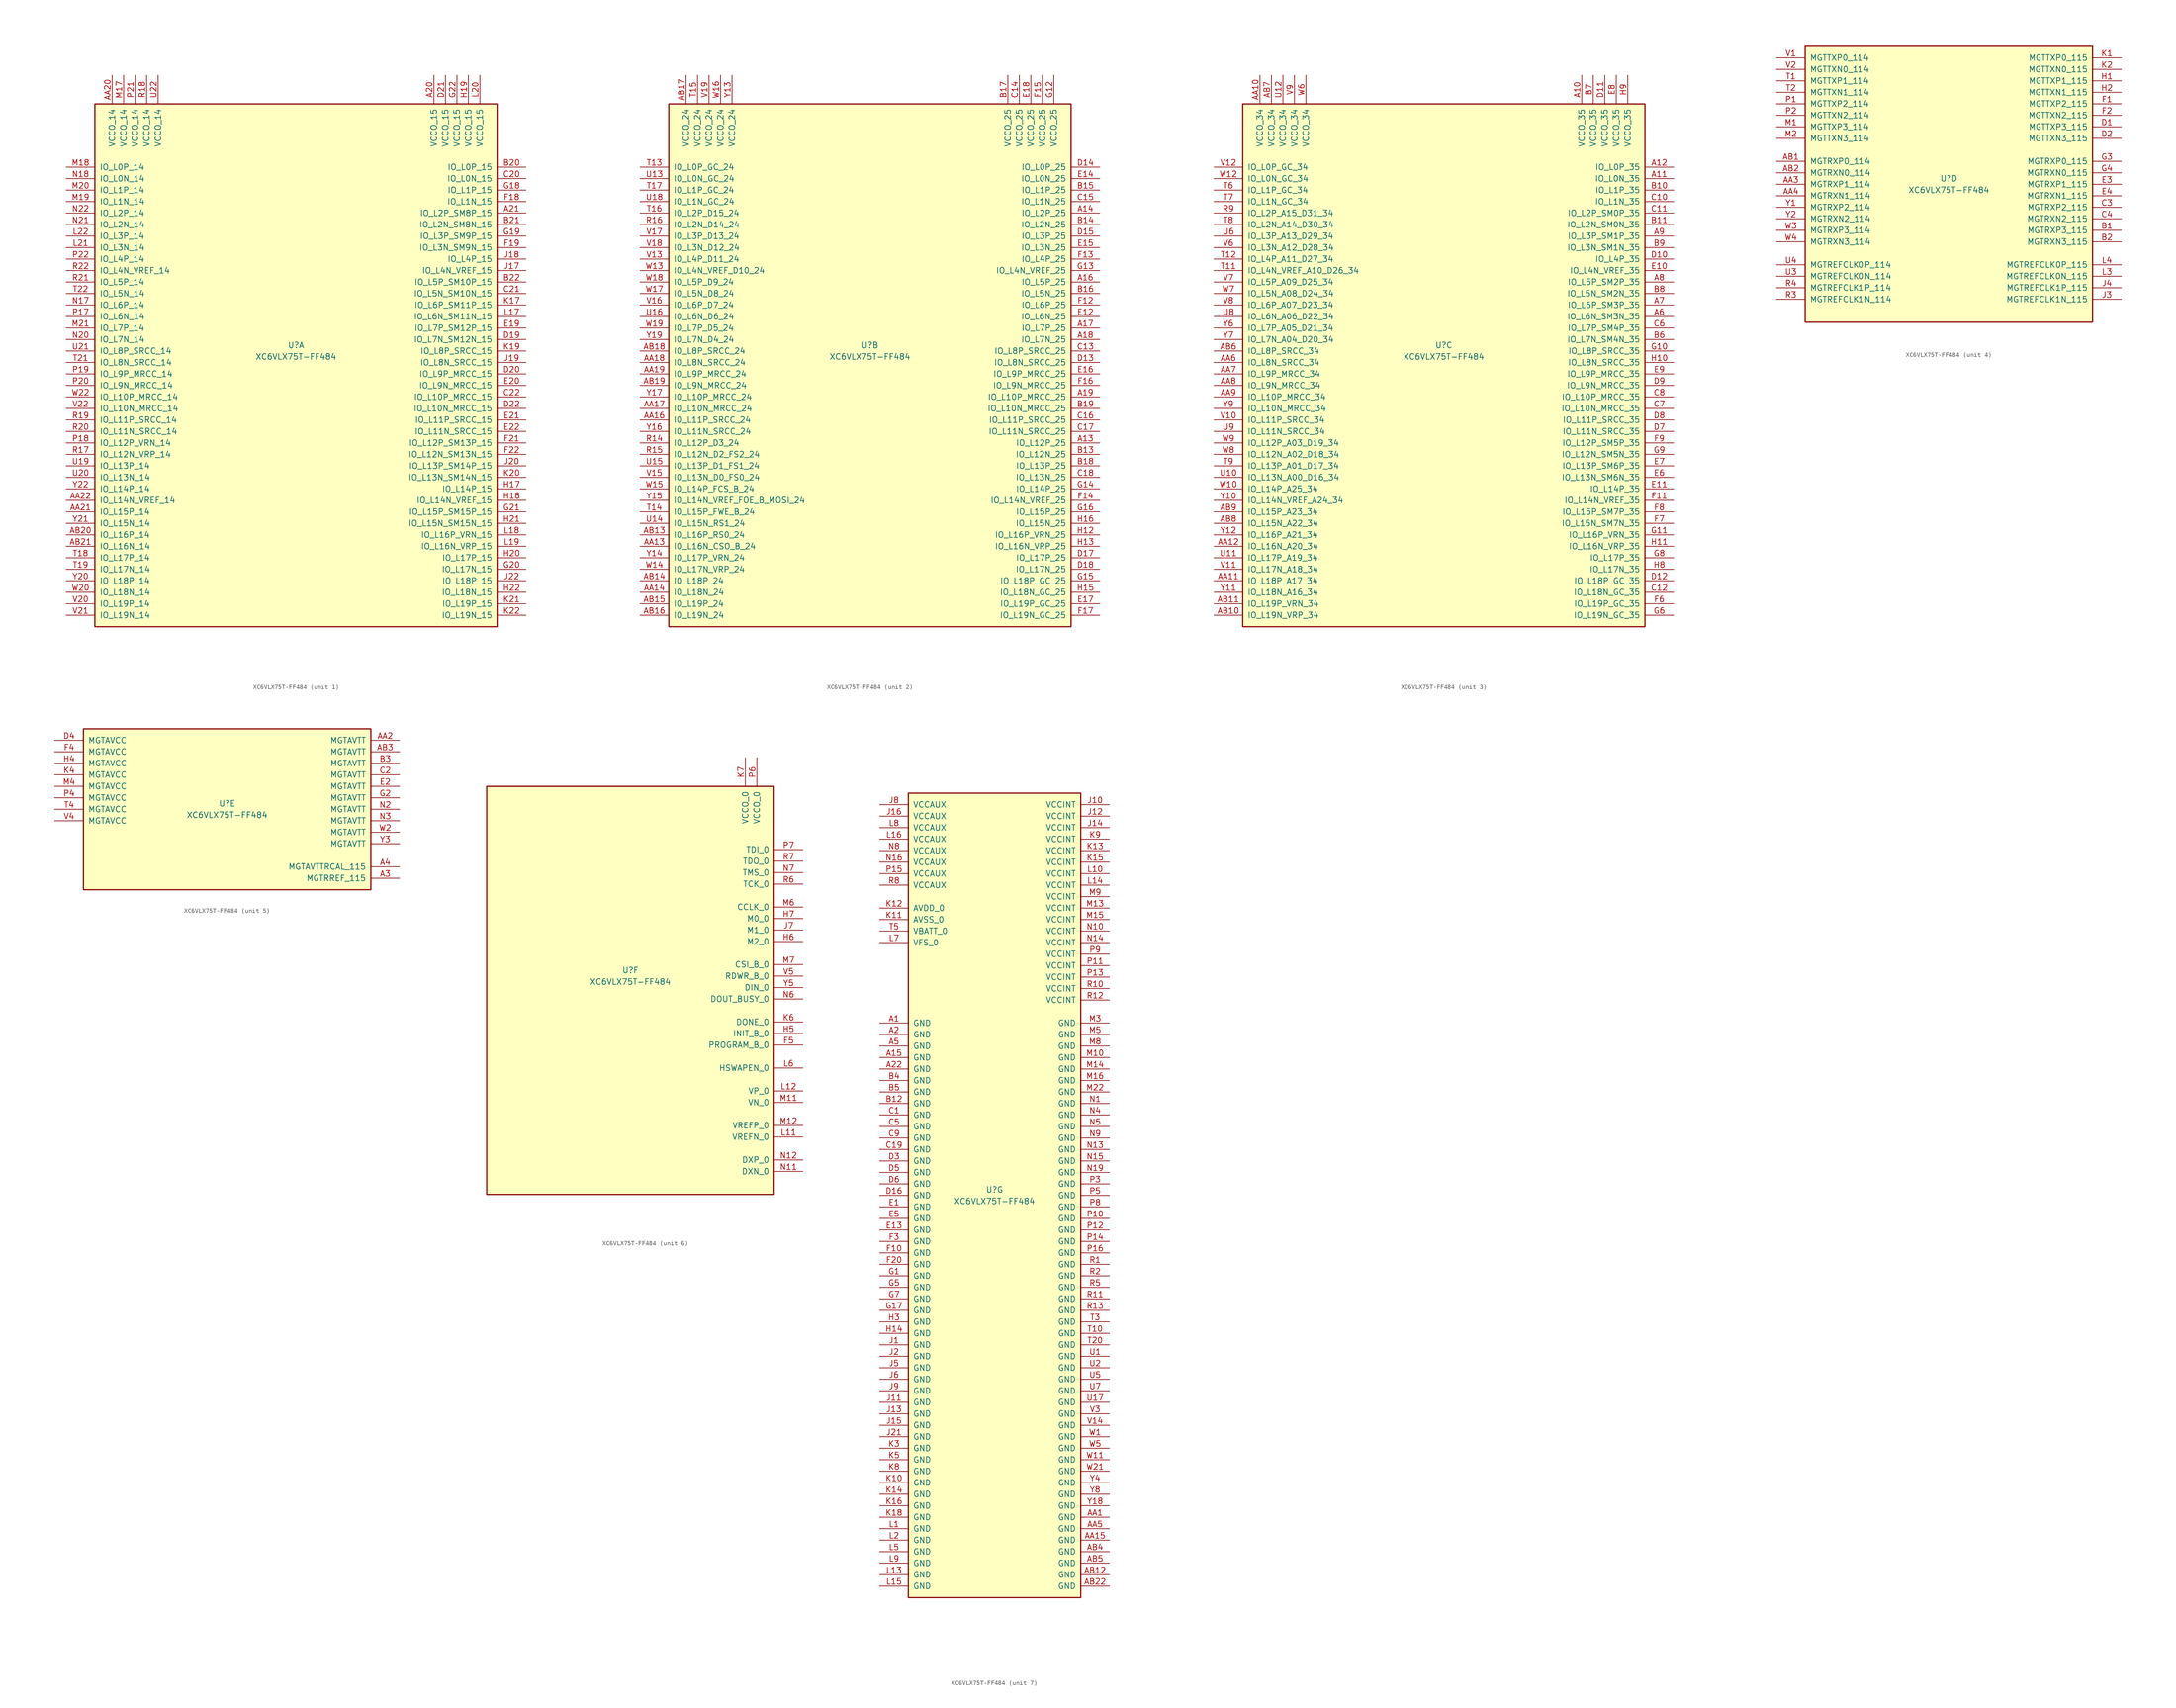
<source format=kicad_sym>
(kicad_symbol_lib
  (version 20211014)
  (generator kicad_symbol_editor)
  (symbol "XC6VLX75T-FF484"
    (pin_names
      (offset 1.016))
    (property "Reference" "U"
      (at 0 1.27 0)
      (effects (font (size 1.27 1.27))))
    (property "Value" "XC6VLX75T-FF484"
      (at 0 -1.27 0)
      (effects (font (size 1.27 1.27))))
    (property "Datasheet" ""
      (at 0 0 0)
      (effects (font (size 1.27 1.27))))
    (property "ki_locked" ""
      (at 0 0 0)
      (effects (font (size 1.27 1.27))))
    (symbol "XC6VLX75T-FF484_1_1"
      (rectangle (start -44.45 54.61) (end 44.45 -60.96) (stroke (width 0.254) (type default) (color 0 0 0 0)) (fill (type background)))
      (pin power_in line (at 30.48 60.96 270) (length 6.35) (name "VCCO_15" (effects (font (size 1.27 1.27)))) (number "A20" (effects (font (size 1.27 1.27)))))
      (pin bidirectional line (at 50.8 30.48 180) (length 6.35) (name "IO_L2P_SM8P_15" (effects (font (size 1.27 1.27)))) (number "A21" (effects (font (size 1.27 1.27)))))
      (pin power_in line (at -40.64 60.96 270) (length 6.35) (name "VCCO_14" (effects (font (size 1.27 1.27)))) (number "AA20" (effects (font (size 1.27 1.27)))))
      (pin bidirectional line (at -50.8 -35.56 0) (length 6.35) (name "IO_L15P_14" (effects (font (size 1.27 1.27)))) (number "AA21" (effects (font (size 1.27 1.27)))))
      (pin bidirectional line (at -50.8 -33.02 0) (length 6.35) (name "IO_L14N_VREF_14" (effects (font (size 1.27 1.27)))) (number "AA22" (effects (font (size 1.27 1.27)))))
      (pin bidirectional line (at -50.8 -40.64 0) (length 6.35) (name "IO_L16P_14" (effects (font (size 1.27 1.27)))) (number "AB20" (effects (font (size 1.27 1.27)))))
      (pin bidirectional line (at -50.8 -43.18 0) (length 6.35) (name "IO_L16N_14" (effects (font (size 1.27 1.27)))) (number "AB21" (effects (font (size 1.27 1.27)))))
      (pin bidirectional line (at 50.8 40.64 180) (length 6.35) (name "IO_L0P_15" (effects (font (size 1.27 1.27)))) (number "B20" (effects (font (size 1.27 1.27)))))
      (pin bidirectional line (at 50.8 27.94 180) (length 6.35) (name "IO_L2N_SM8N_15" (effects (font (size 1.27 1.27)))) (number "B21" (effects (font (size 1.27 1.27)))))
      (pin bidirectional line (at 50.8 15.24 180) (length 6.35) (name "IO_L5P_SM10P_15" (effects (font (size 1.27 1.27)))) (number "B22" (effects (font (size 1.27 1.27)))))
      (pin bidirectional line (at 50.8 38.1 180) (length 6.35) (name "IO_L0N_15" (effects (font (size 1.27 1.27)))) (number "C20" (effects (font (size 1.27 1.27)))))
      (pin bidirectional line (at 50.8 12.7 180) (length 6.35) (name "IO_L5N_SM10N_15" (effects (font (size 1.27 1.27)))) (number "C21" (effects (font (size 1.27 1.27)))))
      (pin bidirectional line (at 50.8 -10.16 180) (length 6.35) (name "IO_L10P_MRCC_15" (effects (font (size 1.27 1.27)))) (number "C22" (effects (font (size 1.27 1.27)))))
      (pin bidirectional line (at 50.8 2.54 180) (length 6.35) (name "IO_L7N_SM12N_15" (effects (font (size 1.27 1.27)))) (number "D19" (effects (font (size 1.27 1.27)))))
      (pin bidirectional line (at 50.8 -5.08 180) (length 6.35) (name "IO_L9P_MRCC_15" (effects (font (size 1.27 1.27)))) (number "D20" (effects (font (size 1.27 1.27)))))
      (pin power_in line (at 33.02 60.96 270) (length 6.35) (name "VCCO_15" (effects (font (size 1.27 1.27)))) (number "D21" (effects (font (size 1.27 1.27)))))
      (pin bidirectional line (at 50.8 -12.7 180) (length 6.35) (name "IO_L10N_MRCC_15" (effects (font (size 1.27 1.27)))) (number "D22" (effects (font (size 1.27 1.27)))))
      (pin bidirectional line (at 50.8 5.08 180) (length 6.35) (name "IO_L7P_SM12P_15" (effects (font (size 1.27 1.27)))) (number "E19" (effects (font (size 1.27 1.27)))))
      (pin bidirectional line (at 50.8 -7.62 180) (length 6.35) (name "IO_L9N_MRCC_15" (effects (font (size 1.27 1.27)))) (number "E20" (effects (font (size 1.27 1.27)))))
      (pin bidirectional line (at 50.8 -15.24 180) (length 6.35) (name "IO_L11P_SRCC_15" (effects (font (size 1.27 1.27)))) (number "E21" (effects (font (size 1.27 1.27)))))
      (pin bidirectional line (at 50.8 -17.78 180) (length 6.35) (name "IO_L11N_SRCC_15" (effects (font (size 1.27 1.27)))) (number "E22" (effects (font (size 1.27 1.27)))))
      (pin bidirectional line (at 50.8 33.02 180) (length 6.35) (name "IO_L1N_15" (effects (font (size 1.27 1.27)))) (number "F18" (effects (font (size 1.27 1.27)))))
      (pin bidirectional line (at 50.8 22.86 180) (length 6.35) (name "IO_L3N_SM9N_15" (effects (font (size 1.27 1.27)))) (number "F19" (effects (font (size 1.27 1.27)))))
      (pin bidirectional line (at 50.8 -20.32 180) (length 6.35) (name "IO_L12P_SM13P_15" (effects (font (size 1.27 1.27)))) (number "F21" (effects (font (size 1.27 1.27)))))
      (pin bidirectional line (at 50.8 -22.86 180) (length 6.35) (name "IO_L12N_SM13N_15" (effects (font (size 1.27 1.27)))) (number "F22" (effects (font (size 1.27 1.27)))))
      (pin bidirectional line (at 50.8 35.56 180) (length 6.35) (name "IO_L1P_15" (effects (font (size 1.27 1.27)))) (number "G18" (effects (font (size 1.27 1.27)))))
      (pin bidirectional line (at 50.8 25.4 180) (length 6.35) (name "IO_L3P_SM9P_15" (effects (font (size 1.27 1.27)))) (number "G19" (effects (font (size 1.27 1.27)))))
      (pin bidirectional line (at 50.8 -48.26 180) (length 6.35) (name "IO_L17N_15" (effects (font (size 1.27 1.27)))) (number "G20" (effects (font (size 1.27 1.27)))))
      (pin bidirectional line (at 50.8 -35.56 180) (length 6.35) (name "IO_L15P_SM15P_15" (effects (font (size 1.27 1.27)))) (number "G21" (effects (font (size 1.27 1.27)))))
      (pin power_in line (at 35.56 60.96 270) (length 6.35) (name "VCCO_15" (effects (font (size 1.27 1.27)))) (number "G22" (effects (font (size 1.27 1.27)))))
      (pin bidirectional line (at 50.8 -30.48 180) (length 6.35) (name "IO_L14P_15" (effects (font (size 1.27 1.27)))) (number "H17" (effects (font (size 1.27 1.27)))))
      (pin bidirectional line (at 50.8 -33.02 180) (length 6.35) (name "IO_L14N_VREF_15" (effects (font (size 1.27 1.27)))) (number "H18" (effects (font (size 1.27 1.27)))))
      (pin power_in line (at 38.1 60.96 270) (length 6.35) (name "VCCO_15" (effects (font (size 1.27 1.27)))) (number "H19" (effects (font (size 1.27 1.27)))))
      (pin bidirectional line (at 50.8 -45.72 180) (length 6.35) (name "IO_L17P_15" (effects (font (size 1.27 1.27)))) (number "H20" (effects (font (size 1.27 1.27)))))
      (pin bidirectional line (at 50.8 -38.1 180) (length 6.35) (name "IO_L15N_SM15N_15" (effects (font (size 1.27 1.27)))) (number "H21" (effects (font (size 1.27 1.27)))))
      (pin bidirectional line (at 50.8 -53.34 180) (length 6.35) (name "IO_L18N_15" (effects (font (size 1.27 1.27)))) (number "H22" (effects (font (size 1.27 1.27)))))
      (pin bidirectional line (at 50.8 17.78 180) (length 6.35) (name "IO_L4N_VREF_15" (effects (font (size 1.27 1.27)))) (number "J17" (effects (font (size 1.27 1.27)))))
      (pin bidirectional line (at 50.8 20.32 180) (length 6.35) (name "IO_L4P_15" (effects (font (size 1.27 1.27)))) (number "J18" (effects (font (size 1.27 1.27)))))
      (pin bidirectional line (at 50.8 -2.54 180) (length 6.35) (name "IO_L8N_SRCC_15" (effects (font (size 1.27 1.27)))) (number "J19" (effects (font (size 1.27 1.27)))))
      (pin bidirectional line (at 50.8 -25.4 180) (length 6.35) (name "IO_L13P_SM14P_15" (effects (font (size 1.27 1.27)))) (number "J20" (effects (font (size 1.27 1.27)))))
      (pin bidirectional line (at 50.8 -50.8 180) (length 6.35) (name "IO_L18P_15" (effects (font (size 1.27 1.27)))) (number "J22" (effects (font (size 1.27 1.27)))))
      (pin bidirectional line (at 50.8 10.16 180) (length 6.35) (name "IO_L6P_SM11P_15" (effects (font (size 1.27 1.27)))) (number "K17" (effects (font (size 1.27 1.27)))))
      (pin bidirectional line (at 50.8 0 180) (length 6.35) (name "IO_L8P_SRCC_15" (effects (font (size 1.27 1.27)))) (number "K19" (effects (font (size 1.27 1.27)))))
      (pin bidirectional line (at 50.8 -27.94 180) (length 6.35) (name "IO_L13N_SM14N_15" (effects (font (size 1.27 1.27)))) (number "K20" (effects (font (size 1.27 1.27)))))
      (pin bidirectional line (at 50.8 -55.88 180) (length 6.35) (name "IO_L19P_15" (effects (font (size 1.27 1.27)))) (number "K21" (effects (font (size 1.27 1.27)))))
      (pin bidirectional line (at 50.8 -58.42 180) (length 6.35) (name "IO_L19N_15" (effects (font (size 1.27 1.27)))) (number "K22" (effects (font (size 1.27 1.27)))))
      (pin bidirectional line (at 50.8 7.62 180) (length 6.35) (name "IO_L6N_SM11N_15" (effects (font (size 1.27 1.27)))) (number "L17" (effects (font (size 1.27 1.27)))))
      (pin bidirectional line (at 50.8 -40.64 180) (length 6.35) (name "IO_L16P_VRN_15" (effects (font (size 1.27 1.27)))) (number "L18" (effects (font (size 1.27 1.27)))))
      (pin bidirectional line (at 50.8 -43.18 180) (length 6.35) (name "IO_L16N_VRP_15" (effects (font (size 1.27 1.27)))) (number "L19" (effects (font (size 1.27 1.27)))))
      (pin power_in line (at 40.64 60.96 270) (length 6.35) (name "VCCO_15" (effects (font (size 1.27 1.27)))) (number "L20" (effects (font (size 1.27 1.27)))))
      (pin bidirectional line (at -50.8 22.86 0) (length 6.35) (name "IO_L3N_14" (effects (font (size 1.27 1.27)))) (number "L21" (effects (font (size 1.27 1.27)))))
      (pin bidirectional line (at -50.8 25.4 0) (length 6.35) (name "IO_L3P_14" (effects (font (size 1.27 1.27)))) (number "L22" (effects (font (size 1.27 1.27)))))
      (pin power_in line (at -38.1 60.96 270) (length 6.35) (name "VCCO_14" (effects (font (size 1.27 1.27)))) (number "M17" (effects (font (size 1.27 1.27)))))
      (pin bidirectional line (at -50.8 40.64 0) (length 6.35) (name "IO_L0P_14" (effects (font (size 1.27 1.27)))) (number "M18" (effects (font (size 1.27 1.27)))))
      (pin bidirectional line (at -50.8 33.02 0) (length 6.35) (name "IO_L1N_14" (effects (font (size 1.27 1.27)))) (number "M19" (effects (font (size 1.27 1.27)))))
      (pin bidirectional line (at -50.8 35.56 0) (length 6.35) (name "IO_L1P_14" (effects (font (size 1.27 1.27)))) (number "M20" (effects (font (size 1.27 1.27)))))
      (pin bidirectional line (at -50.8 5.08 0) (length 6.35) (name "IO_L7P_14" (effects (font (size 1.27 1.27)))) (number "M21" (effects (font (size 1.27 1.27)))))
      (pin bidirectional line (at -50.8 10.16 0) (length 6.35) (name "IO_L6P_14" (effects (font (size 1.27 1.27)))) (number "N17" (effects (font (size 1.27 1.27)))))
      (pin bidirectional line (at -50.8 38.1 0) (length 6.35) (name "IO_L0N_14" (effects (font (size 1.27 1.27)))) (number "N18" (effects (font (size 1.27 1.27)))))
      (pin bidirectional line (at -50.8 2.54 0) (length 6.35) (name "IO_L7N_14" (effects (font (size 1.27 1.27)))) (number "N20" (effects (font (size 1.27 1.27)))))
      (pin bidirectional line (at -50.8 27.94 0) (length 6.35) (name "IO_L2N_14" (effects (font (size 1.27 1.27)))) (number "N21" (effects (font (size 1.27 1.27)))))
      (pin bidirectional line (at -50.8 30.48 0) (length 6.35) (name "IO_L2P_14" (effects (font (size 1.27 1.27)))) (number "N22" (effects (font (size 1.27 1.27)))))
      (pin bidirectional line (at -50.8 7.62 0) (length 6.35) (name "IO_L6N_14" (effects (font (size 1.27 1.27)))) (number "P17" (effects (font (size 1.27 1.27)))))
      (pin bidirectional line (at -50.8 -20.32 0) (length 6.35) (name "IO_L12P_VRN_14" (effects (font (size 1.27 1.27)))) (number "P18" (effects (font (size 1.27 1.27)))))
      (pin bidirectional line (at -50.8 -5.08 0) (length 6.35) (name "IO_L9P_MRCC_14" (effects (font (size 1.27 1.27)))) (number "P19" (effects (font (size 1.27 1.27)))))
      (pin bidirectional line (at -50.8 -7.62 0) (length 6.35) (name "IO_L9N_MRCC_14" (effects (font (size 1.27 1.27)))) (number "P20" (effects (font (size 1.27 1.27)))))
      (pin power_in line (at -35.56 60.96 270) (length 6.35) (name "VCCO_14" (effects (font (size 1.27 1.27)))) (number "P21" (effects (font (size 1.27 1.27)))))
      (pin bidirectional line (at -50.8 20.32 0) (length 6.35) (name "IO_L4P_14" (effects (font (size 1.27 1.27)))) (number "P22" (effects (font (size 1.27 1.27)))))
      (pin bidirectional line (at -50.8 -22.86 0) (length 6.35) (name "IO_L12N_VRP_14" (effects (font (size 1.27 1.27)))) (number "R17" (effects (font (size 1.27 1.27)))))
      (pin power_in line (at -33.02 60.96 270) (length 6.35) (name "VCCO_14" (effects (font (size 1.27 1.27)))) (number "R18" (effects (font (size 1.27 1.27)))))
      (pin bidirectional line (at -50.8 -15.24 0) (length 6.35) (name "IO_L11P_SRCC_14" (effects (font (size 1.27 1.27)))) (number "R19" (effects (font (size 1.27 1.27)))))
      (pin bidirectional line (at -50.8 -17.78 0) (length 6.35) (name "IO_L11N_SRCC_14" (effects (font (size 1.27 1.27)))) (number "R20" (effects (font (size 1.27 1.27)))))
      (pin bidirectional line (at -50.8 15.24 0) (length 6.35) (name "IO_L5P_14" (effects (font (size 1.27 1.27)))) (number "R21" (effects (font (size 1.27 1.27)))))
      (pin bidirectional line (at -50.8 17.78 0) (length 6.35) (name "IO_L4N_VREF_14" (effects (font (size 1.27 1.27)))) (number "R22" (effects (font (size 1.27 1.27)))))
      (pin bidirectional line (at -50.8 -45.72 0) (length 6.35) (name "IO_L17P_14" (effects (font (size 1.27 1.27)))) (number "T18" (effects (font (size 1.27 1.27)))))
      (pin bidirectional line (at -50.8 -48.26 0) (length 6.35) (name "IO_L17N_14" (effects (font (size 1.27 1.27)))) (number "T19" (effects (font (size 1.27 1.27)))))
      (pin bidirectional line (at -50.8 -2.54 0) (length 6.35) (name "IO_L8N_SRCC_14" (effects (font (size 1.27 1.27)))) (number "T21" (effects (font (size 1.27 1.27)))))
      (pin bidirectional line (at -50.8 12.7 0) (length 6.35) (name "IO_L5N_14" (effects (font (size 1.27 1.27)))) (number "T22" (effects (font (size 1.27 1.27)))))
      (pin bidirectional line (at -50.8 -25.4 0) (length 6.35) (name "IO_L13P_14" (effects (font (size 1.27 1.27)))) (number "U19" (effects (font (size 1.27 1.27)))))
      (pin bidirectional line (at -50.8 -27.94 0) (length 6.35) (name "IO_L13N_14" (effects (font (size 1.27 1.27)))) (number "U20" (effects (font (size 1.27 1.27)))))
      (pin bidirectional line (at -50.8 0 0) (length 6.35) (name "IO_L8P_SRCC_14" (effects (font (size 1.27 1.27)))) (number "U21" (effects (font (size 1.27 1.27)))))
      (pin power_in line (at -30.48 60.96 270) (length 6.35) (name "VCCO_14" (effects (font (size 1.27 1.27)))) (number "U22" (effects (font (size 1.27 1.27)))))
      (pin bidirectional line (at -50.8 -55.88 0) (length 6.35) (name "IO_L19P_14" (effects (font (size 1.27 1.27)))) (number "V20" (effects (font (size 1.27 1.27)))))
      (pin bidirectional line (at -50.8 -58.42 0) (length 6.35) (name "IO_L19N_14" (effects (font (size 1.27 1.27)))) (number "V21" (effects (font (size 1.27 1.27)))))
      (pin bidirectional line (at -50.8 -12.7 0) (length 6.35) (name "IO_L10N_MRCC_14" (effects (font (size 1.27 1.27)))) (number "V22" (effects (font (size 1.27 1.27)))))
      (pin bidirectional line (at -50.8 -53.34 0) (length 6.35) (name "IO_L18N_14" (effects (font (size 1.27 1.27)))) (number "W20" (effects (font (size 1.27 1.27)))))
      (pin bidirectional line (at -50.8 -10.16 0) (length 6.35) (name "IO_L10P_MRCC_14" (effects (font (size 1.27 1.27)))) (number "W22" (effects (font (size 1.27 1.27)))))
      (pin bidirectional line (at -50.8 -50.8 0) (length 6.35) (name "IO_L18P_14" (effects (font (size 1.27 1.27)))) (number "Y20" (effects (font (size 1.27 1.27)))))
      (pin bidirectional line (at -50.8 -38.1 0) (length 6.35) (name "IO_L15N_14" (effects (font (size 1.27 1.27)))) (number "Y21" (effects (font (size 1.27 1.27)))))
      (pin bidirectional line (at -50.8 -30.48 0) (length 6.35) (name "IO_L14P_14" (effects (font (size 1.27 1.27)))) (number "Y22" (effects (font (size 1.27 1.27))))))
    (symbol "XC6VLX75T-FF484_2_1"
      (rectangle (start -44.45 54.61) (end 44.45 -60.96) (stroke (width 0.254) (type default) (color 0 0 0 0)) (fill (type background)))
      (pin bidirectional line (at 50.8 -20.32 180) (length 6.35) (name "IO_L12P_25" (effects (font (size 1.27 1.27)))) (number "A13" (effects (font (size 1.27 1.27)))))
      (pin bidirectional line (at 50.8 30.48 180) (length 6.35) (name "IO_L2P_25" (effects (font (size 1.27 1.27)))) (number "A14" (effects (font (size 1.27 1.27)))))
      (pin bidirectional line (at 50.8 15.24 180) (length 6.35) (name "IO_L5P_25" (effects (font (size 1.27 1.27)))) (number "A16" (effects (font (size 1.27 1.27)))))
      (pin bidirectional line (at 50.8 5.08 180) (length 6.35) (name "IO_L7P_25" (effects (font (size 1.27 1.27)))) (number "A17" (effects (font (size 1.27 1.27)))))
      (pin bidirectional line (at 50.8 2.54 180) (length 6.35) (name "IO_L7N_25" (effects (font (size 1.27 1.27)))) (number "A18" (effects (font (size 1.27 1.27)))))
      (pin bidirectional line (at 50.8 -10.16 180) (length 6.35) (name "IO_L10P_MRCC_25" (effects (font (size 1.27 1.27)))) (number "A19" (effects (font (size 1.27 1.27)))))
      (pin bidirectional line (at -50.8 -43.18 0) (length 6.35) (name "IO_L16N_CSO_B_24" (effects (font (size 1.27 1.27)))) (number "AA13" (effects (font (size 1.27 1.27)))))
      (pin bidirectional line (at -50.8 -53.34 0) (length 6.35) (name "IO_L18N_24" (effects (font (size 1.27 1.27)))) (number "AA14" (effects (font (size 1.27 1.27)))))
      (pin bidirectional line (at -50.8 -15.24 0) (length 6.35) (name "IO_L11P_SRCC_24" (effects (font (size 1.27 1.27)))) (number "AA16" (effects (font (size 1.27 1.27)))))
      (pin bidirectional line (at -50.8 -12.7 0) (length 6.35) (name "IO_L10N_MRCC_24" (effects (font (size 1.27 1.27)))) (number "AA17" (effects (font (size 1.27 1.27)))))
      (pin bidirectional line (at -50.8 -2.54 0) (length 6.35) (name "IO_L8N_SRCC_24" (effects (font (size 1.27 1.27)))) (number "AA18" (effects (font (size 1.27 1.27)))))
      (pin bidirectional line (at -50.8 -5.08 0) (length 6.35) (name "IO_L9P_MRCC_24" (effects (font (size 1.27 1.27)))) (number "AA19" (effects (font (size 1.27 1.27)))))
      (pin bidirectional line (at -50.8 -40.64 0) (length 6.35) (name "IO_L16P_RS0_24" (effects (font (size 1.27 1.27)))) (number "AB13" (effects (font (size 1.27 1.27)))))
      (pin bidirectional line (at -50.8 -50.8 0) (length 6.35) (name "IO_L18P_24" (effects (font (size 1.27 1.27)))) (number "AB14" (effects (font (size 1.27 1.27)))))
      (pin bidirectional line (at -50.8 -55.88 0) (length 6.35) (name "IO_L19P_24" (effects (font (size 1.27 1.27)))) (number "AB15" (effects (font (size 1.27 1.27)))))
      (pin bidirectional line (at -50.8 -58.42 0) (length 6.35) (name "IO_L19N_24" (effects (font (size 1.27 1.27)))) (number "AB16" (effects (font (size 1.27 1.27)))))
      (pin power_in line (at -40.64 60.96 270) (length 6.35) (name "VCCO_24" (effects (font (size 1.27 1.27)))) (number "AB17" (effects (font (size 1.27 1.27)))))
      (pin bidirectional line (at -50.8 0 0) (length 6.35) (name "IO_L8P_SRCC_24" (effects (font (size 1.27 1.27)))) (number "AB18" (effects (font (size 1.27 1.27)))))
      (pin bidirectional line (at -50.8 -7.62 0) (length 6.35) (name "IO_L9N_MRCC_24" (effects (font (size 1.27 1.27)))) (number "AB19" (effects (font (size 1.27 1.27)))))
      (pin bidirectional line (at 50.8 -22.86 180) (length 6.35) (name "IO_L12N_25" (effects (font (size 1.27 1.27)))) (number "B13" (effects (font (size 1.27 1.27)))))
      (pin bidirectional line (at 50.8 27.94 180) (length 6.35) (name "IO_L2N_25" (effects (font (size 1.27 1.27)))) (number "B14" (effects (font (size 1.27 1.27)))))
      (pin bidirectional line (at 50.8 35.56 180) (length 6.35) (name "IO_L1P_25" (effects (font (size 1.27 1.27)))) (number "B15" (effects (font (size 1.27 1.27)))))
      (pin bidirectional line (at 50.8 12.7 180) (length 6.35) (name "IO_L5N_25" (effects (font (size 1.27 1.27)))) (number "B16" (effects (font (size 1.27 1.27)))))
      (pin power_in line (at 30.48 60.96 270) (length 6.35) (name "VCCO_25" (effects (font (size 1.27 1.27)))) (number "B17" (effects (font (size 1.27 1.27)))))
      (pin bidirectional line (at 50.8 -25.4 180) (length 6.35) (name "IO_L13P_25" (effects (font (size 1.27 1.27)))) (number "B18" (effects (font (size 1.27 1.27)))))
      (pin bidirectional line (at 50.8 -12.7 180) (length 6.35) (name "IO_L10N_MRCC_25" (effects (font (size 1.27 1.27)))) (number "B19" (effects (font (size 1.27 1.27)))))
      (pin bidirectional line (at 50.8 0 180) (length 6.35) (name "IO_L8P_SRCC_25" (effects (font (size 1.27 1.27)))) (number "C13" (effects (font (size 1.27 1.27)))))
      (pin power_in line (at 33.02 60.96 270) (length 6.35) (name "VCCO_25" (effects (font (size 1.27 1.27)))) (number "C14" (effects (font (size 1.27 1.27)))))
      (pin bidirectional line (at 50.8 33.02 180) (length 6.35) (name "IO_L1N_25" (effects (font (size 1.27 1.27)))) (number "C15" (effects (font (size 1.27 1.27)))))
      (pin bidirectional line (at 50.8 -15.24 180) (length 6.35) (name "IO_L11P_SRCC_25" (effects (font (size 1.27 1.27)))) (number "C16" (effects (font (size 1.27 1.27)))))
      (pin bidirectional line (at 50.8 -17.78 180) (length 6.35) (name "IO_L11N_SRCC_25" (effects (font (size 1.27 1.27)))) (number "C17" (effects (font (size 1.27 1.27)))))
      (pin bidirectional line (at 50.8 -27.94 180) (length 6.35) (name "IO_L13N_25" (effects (font (size 1.27 1.27)))) (number "C18" (effects (font (size 1.27 1.27)))))
      (pin bidirectional line (at 50.8 -2.54 180) (length 6.35) (name "IO_L8N_SRCC_25" (effects (font (size 1.27 1.27)))) (number "D13" (effects (font (size 1.27 1.27)))))
      (pin bidirectional line (at 50.8 40.64 180) (length 6.35) (name "IO_L0P_25" (effects (font (size 1.27 1.27)))) (number "D14" (effects (font (size 1.27 1.27)))))
      (pin bidirectional line (at 50.8 25.4 180) (length 6.35) (name "IO_L3P_25" (effects (font (size 1.27 1.27)))) (number "D15" (effects (font (size 1.27 1.27)))))
      (pin bidirectional line (at 50.8 -45.72 180) (length 6.35) (name "IO_L17P_25" (effects (font (size 1.27 1.27)))) (number "D17" (effects (font (size 1.27 1.27)))))
      (pin bidirectional line (at 50.8 -48.26 180) (length 6.35) (name "IO_L17N_25" (effects (font (size 1.27 1.27)))) (number "D18" (effects (font (size 1.27 1.27)))))
      (pin bidirectional line (at 50.8 7.62 180) (length 6.35) (name "IO_L6N_25" (effects (font (size 1.27 1.27)))) (number "E12" (effects (font (size 1.27 1.27)))))
      (pin bidirectional line (at 50.8 38.1 180) (length 6.35) (name "IO_L0N_25" (effects (font (size 1.27 1.27)))) (number "E14" (effects (font (size 1.27 1.27)))))
      (pin bidirectional line (at 50.8 22.86 180) (length 6.35) (name "IO_L3N_25" (effects (font (size 1.27 1.27)))) (number "E15" (effects (font (size 1.27 1.27)))))
      (pin bidirectional line (at 50.8 -5.08 180) (length 6.35) (name "IO_L9P_MRCC_25" (effects (font (size 1.27 1.27)))) (number "E16" (effects (font (size 1.27 1.27)))))
      (pin bidirectional line (at 50.8 -55.88 180) (length 6.35) (name "IO_L19P_GC_25" (effects (font (size 1.27 1.27)))) (number "E17" (effects (font (size 1.27 1.27)))))
      (pin power_in line (at 35.56 60.96 270) (length 6.35) (name "VCCO_25" (effects (font (size 1.27 1.27)))) (number "E18" (effects (font (size 1.27 1.27)))))
      (pin bidirectional line (at 50.8 10.16 180) (length 6.35) (name "IO_L6P_25" (effects (font (size 1.27 1.27)))) (number "F12" (effects (font (size 1.27 1.27)))))
      (pin bidirectional line (at 50.8 20.32 180) (length 6.35) (name "IO_L4P_25" (effects (font (size 1.27 1.27)))) (number "F13" (effects (font (size 1.27 1.27)))))
      (pin bidirectional line (at 50.8 -33.02 180) (length 6.35) (name "IO_L14N_VREF_25" (effects (font (size 1.27 1.27)))) (number "F14" (effects (font (size 1.27 1.27)))))
      (pin power_in line (at 38.1 60.96 270) (length 6.35) (name "VCCO_25" (effects (font (size 1.27 1.27)))) (number "F15" (effects (font (size 1.27 1.27)))))
      (pin bidirectional line (at 50.8 -7.62 180) (length 6.35) (name "IO_L9N_MRCC_25" (effects (font (size 1.27 1.27)))) (number "F16" (effects (font (size 1.27 1.27)))))
      (pin bidirectional line (at 50.8 -58.42 180) (length 6.35) (name "IO_L19N_GC_25" (effects (font (size 1.27 1.27)))) (number "F17" (effects (font (size 1.27 1.27)))))
      (pin power_in line (at 40.64 60.96 270) (length 6.35) (name "VCCO_25" (effects (font (size 1.27 1.27)))) (number "G12" (effects (font (size 1.27 1.27)))))
      (pin bidirectional line (at 50.8 17.78 180) (length 6.35) (name "IO_L4N_VREF_25" (effects (font (size 1.27 1.27)))) (number "G13" (effects (font (size 1.27 1.27)))))
      (pin bidirectional line (at 50.8 -30.48 180) (length 6.35) (name "IO_L14P_25" (effects (font (size 1.27 1.27)))) (number "G14" (effects (font (size 1.27 1.27)))))
      (pin bidirectional line (at 50.8 -50.8 180) (length 6.35) (name "IO_L18P_GC_25" (effects (font (size 1.27 1.27)))) (number "G15" (effects (font (size 1.27 1.27)))))
      (pin bidirectional line (at 50.8 -35.56 180) (length 6.35) (name "IO_L15P_25" (effects (font (size 1.27 1.27)))) (number "G16" (effects (font (size 1.27 1.27)))))
      (pin bidirectional line (at 50.8 -40.64 180) (length 6.35) (name "IO_L16P_VRN_25" (effects (font (size 1.27 1.27)))) (number "H12" (effects (font (size 1.27 1.27)))))
      (pin bidirectional line (at 50.8 -43.18 180) (length 6.35) (name "IO_L16N_VRP_25" (effects (font (size 1.27 1.27)))) (number "H13" (effects (font (size 1.27 1.27)))))
      (pin bidirectional line (at 50.8 -53.34 180) (length 6.35) (name "IO_L18N_GC_25" (effects (font (size 1.27 1.27)))) (number "H15" (effects (font (size 1.27 1.27)))))
      (pin bidirectional line (at 50.8 -38.1 180) (length 6.35) (name "IO_L15N_25" (effects (font (size 1.27 1.27)))) (number "H16" (effects (font (size 1.27 1.27)))))
      (pin bidirectional line (at -50.8 -20.32 0) (length 6.35) (name "IO_L12P_D3_24" (effects (font (size 1.27 1.27)))) (number "R14" (effects (font (size 1.27 1.27)))))
      (pin bidirectional line (at -50.8 -22.86 0) (length 6.35) (name "IO_L12N_D2_FS2_24" (effects (font (size 1.27 1.27)))) (number "R15" (effects (font (size 1.27 1.27)))))
      (pin bidirectional line (at -50.8 27.94 0) (length 6.35) (name "IO_L2N_D14_24" (effects (font (size 1.27 1.27)))) (number "R16" (effects (font (size 1.27 1.27)))))
      (pin bidirectional line (at -50.8 40.64 0) (length 6.35) (name "IO_L0P_GC_24" (effects (font (size 1.27 1.27)))) (number "T13" (effects (font (size 1.27 1.27)))))
      (pin bidirectional line (at -50.8 -35.56 0) (length 6.35) (name "IO_L15P_FWE_B_24" (effects (font (size 1.27 1.27)))) (number "T14" (effects (font (size 1.27 1.27)))))
      (pin power_in line (at -38.1 60.96 270) (length 6.35) (name "VCCO_24" (effects (font (size 1.27 1.27)))) (number "T15" (effects (font (size 1.27 1.27)))))
      (pin bidirectional line (at -50.8 30.48 0) (length 6.35) (name "IO_L2P_D15_24" (effects (font (size 1.27 1.27)))) (number "T16" (effects (font (size 1.27 1.27)))))
      (pin bidirectional line (at -50.8 35.56 0) (length 6.35) (name "IO_L1P_GC_24" (effects (font (size 1.27 1.27)))) (number "T17" (effects (font (size 1.27 1.27)))))
      (pin bidirectional line (at -50.8 38.1 0) (length 6.35) (name "IO_L0N_GC_24" (effects (font (size 1.27 1.27)))) (number "U13" (effects (font (size 1.27 1.27)))))
      (pin bidirectional line (at -50.8 -38.1 0) (length 6.35) (name "IO_L15N_RS1_24" (effects (font (size 1.27 1.27)))) (number "U14" (effects (font (size 1.27 1.27)))))
      (pin bidirectional line (at -50.8 -25.4 0) (length 6.35) (name "IO_L13P_D1_FS1_24" (effects (font (size 1.27 1.27)))) (number "U15" (effects (font (size 1.27 1.27)))))
      (pin bidirectional line (at -50.8 7.62 0) (length 6.35) (name "IO_L6N_D6_24" (effects (font (size 1.27 1.27)))) (number "U16" (effects (font (size 1.27 1.27)))))
      (pin bidirectional line (at -50.8 33.02 0) (length 6.35) (name "IO_L1N_GC_24" (effects (font (size 1.27 1.27)))) (number "U18" (effects (font (size 1.27 1.27)))))
      (pin bidirectional line (at -50.8 20.32 0) (length 6.35) (name "IO_L4P_D11_24" (effects (font (size 1.27 1.27)))) (number "V13" (effects (font (size 1.27 1.27)))))
      (pin bidirectional line (at -50.8 -27.94 0) (length 6.35) (name "IO_L13N_D0_FS0_24" (effects (font (size 1.27 1.27)))) (number "V15" (effects (font (size 1.27 1.27)))))
      (pin bidirectional line (at -50.8 10.16 0) (length 6.35) (name "IO_L6P_D7_24" (effects (font (size 1.27 1.27)))) (number "V16" (effects (font (size 1.27 1.27)))))
      (pin bidirectional line (at -50.8 25.4 0) (length 6.35) (name "IO_L3P_D13_24" (effects (font (size 1.27 1.27)))) (number "V17" (effects (font (size 1.27 1.27)))))
      (pin bidirectional line (at -50.8 22.86 0) (length 6.35) (name "IO_L3N_D12_24" (effects (font (size 1.27 1.27)))) (number "V18" (effects (font (size 1.27 1.27)))))
      (pin power_in line (at -35.56 60.96 270) (length 6.35) (name "VCCO_24" (effects (font (size 1.27 1.27)))) (number "V19" (effects (font (size 1.27 1.27)))))
      (pin bidirectional line (at -50.8 17.78 0) (length 6.35) (name "IO_L4N_VREF_D10_24" (effects (font (size 1.27 1.27)))) (number "W13" (effects (font (size 1.27 1.27)))))
      (pin bidirectional line (at -50.8 -48.26 0) (length 6.35) (name "IO_L17N_VRP_24" (effects (font (size 1.27 1.27)))) (number "W14" (effects (font (size 1.27 1.27)))))
      (pin bidirectional line (at -50.8 -30.48 0) (length 6.35) (name "IO_L14P_FCS_B_24" (effects (font (size 1.27 1.27)))) (number "W15" (effects (font (size 1.27 1.27)))))
      (pin power_in line (at -33.02 60.96 270) (length 6.35) (name "VCCO_24" (effects (font (size 1.27 1.27)))) (number "W16" (effects (font (size 1.27 1.27)))))
      (pin bidirectional line (at -50.8 12.7 0) (length 6.35) (name "IO_L5N_D8_24" (effects (font (size 1.27 1.27)))) (number "W17" (effects (font (size 1.27 1.27)))))
      (pin bidirectional line (at -50.8 15.24 0) (length 6.35) (name "IO_L5P_D9_24" (effects (font (size 1.27 1.27)))) (number "W18" (effects (font (size 1.27 1.27)))))
      (pin bidirectional line (at -50.8 5.08 0) (length 6.35) (name "IO_L7P_D5_24" (effects (font (size 1.27 1.27)))) (number "W19" (effects (font (size 1.27 1.27)))))
      (pin power_in line (at -30.48 60.96 270) (length 6.35) (name "VCCO_24" (effects (font (size 1.27 1.27)))) (number "Y13" (effects (font (size 1.27 1.27)))))
      (pin bidirectional line (at -50.8 -45.72 0) (length 6.35) (name "IO_L17P_VRN_24" (effects (font (size 1.27 1.27)))) (number "Y14" (effects (font (size 1.27 1.27)))))
      (pin bidirectional line (at -50.8 -33.02 0) (length 6.35) (name "IO_L14N_VREF_FOE_B_MOSI_24" (effects (font (size 1.27 1.27)))) (number "Y15" (effects (font (size 1.27 1.27)))))
      (pin bidirectional line (at -50.8 -17.78 0) (length 6.35) (name "IO_L11N_SRCC_24" (effects (font (size 1.27 1.27)))) (number "Y16" (effects (font (size 1.27 1.27)))))
      (pin bidirectional line (at -50.8 -10.16 0) (length 6.35) (name "IO_L10P_MRCC_24" (effects (font (size 1.27 1.27)))) (number "Y17" (effects (font (size 1.27 1.27)))))
      (pin bidirectional line (at -50.8 2.54 0) (length 6.35) (name "IO_L7N_D4_24" (effects (font (size 1.27 1.27)))) (number "Y19" (effects (font (size 1.27 1.27))))))
    (symbol "XC6VLX75T-FF484_3_1"
      (rectangle (start -44.45 54.61) (end 44.45 -60.96) (stroke (width 0.254) (type default) (color 0 0 0 0)) (fill (type background)))
      (pin power_in line (at 30.48 60.96 270) (length 6.35) (name "VCCO_35" (effects (font (size 1.27 1.27)))) (number "A10" (effects (font (size 1.27 1.27)))))
      (pin bidirectional line (at 50.8 38.1 180) (length 6.35) (name "IO_L0N_35" (effects (font (size 1.27 1.27)))) (number "A11" (effects (font (size 1.27 1.27)))))
      (pin bidirectional line (at 50.8 40.64 180) (length 6.35) (name "IO_L0P_35" (effects (font (size 1.27 1.27)))) (number "A12" (effects (font (size 1.27 1.27)))))
      (pin bidirectional line (at 50.8 7.62 180) (length 6.35) (name "IO_L6N_SM3N_35" (effects (font (size 1.27 1.27)))) (number "A6" (effects (font (size 1.27 1.27)))))
      (pin bidirectional line (at 50.8 10.16 180) (length 6.35) (name "IO_L6P_SM3P_35" (effects (font (size 1.27 1.27)))) (number "A7" (effects (font (size 1.27 1.27)))))
      (pin bidirectional line (at 50.8 15.24 180) (length 6.35) (name "IO_L5P_SM2P_35" (effects (font (size 1.27 1.27)))) (number "A8" (effects (font (size 1.27 1.27)))))
      (pin bidirectional line (at 50.8 25.4 180) (length 6.35) (name "IO_L3P_SM1P_35" (effects (font (size 1.27 1.27)))) (number "A9" (effects (font (size 1.27 1.27)))))
      (pin power_in line (at -40.64 60.96 270) (length 6.35) (name "VCCO_34" (effects (font (size 1.27 1.27)))) (number "AA10" (effects (font (size 1.27 1.27)))))
      (pin bidirectional line (at -50.8 -50.8 0) (length 6.35) (name "IO_L18P_A17_34" (effects (font (size 1.27 1.27)))) (number "AA11" (effects (font (size 1.27 1.27)))))
      (pin bidirectional line (at -50.8 -43.18 0) (length 6.35) (name "IO_L16N_A20_34" (effects (font (size 1.27 1.27)))) (number "AA12" (effects (font (size 1.27 1.27)))))
      (pin bidirectional line (at -50.8 -2.54 0) (length 6.35) (name "IO_L8N_SRCC_34" (effects (font (size 1.27 1.27)))) (number "AA6" (effects (font (size 1.27 1.27)))))
      (pin bidirectional line (at -50.8 -5.08 0) (length 6.35) (name "IO_L9P_MRCC_34" (effects (font (size 1.27 1.27)))) (number "AA7" (effects (font (size 1.27 1.27)))))
      (pin bidirectional line (at -50.8 -7.62 0) (length 6.35) (name "IO_L9N_MRCC_34" (effects (font (size 1.27 1.27)))) (number "AA8" (effects (font (size 1.27 1.27)))))
      (pin bidirectional line (at -50.8 -10.16 0) (length 6.35) (name "IO_L10P_MRCC_34" (effects (font (size 1.27 1.27)))) (number "AA9" (effects (font (size 1.27 1.27)))))
      (pin bidirectional line (at -50.8 -58.42 0) (length 6.35) (name "IO_L19N_VRP_34" (effects (font (size 1.27 1.27)))) (number "AB10" (effects (font (size 1.27 1.27)))))
      (pin bidirectional line (at -50.8 -55.88 0) (length 6.35) (name "IO_L19P_VRN_34" (effects (font (size 1.27 1.27)))) (number "AB11" (effects (font (size 1.27 1.27)))))
      (pin bidirectional line (at -50.8 0 0) (length 6.35) (name "IO_L8P_SRCC_34" (effects (font (size 1.27 1.27)))) (number "AB6" (effects (font (size 1.27 1.27)))))
      (pin power_in line (at -38.1 60.96 270) (length 6.35) (name "VCCO_34" (effects (font (size 1.27 1.27)))) (number "AB7" (effects (font (size 1.27 1.27)))))
      (pin bidirectional line (at -50.8 -38.1 0) (length 6.35) (name "IO_L15N_A22_34" (effects (font (size 1.27 1.27)))) (number "AB8" (effects (font (size 1.27 1.27)))))
      (pin bidirectional line (at -50.8 -35.56 0) (length 6.35) (name "IO_L15P_A23_34" (effects (font (size 1.27 1.27)))) (number "AB9" (effects (font (size 1.27 1.27)))))
      (pin bidirectional line (at 50.8 35.56 180) (length 6.35) (name "IO_L1P_35" (effects (font (size 1.27 1.27)))) (number "B10" (effects (font (size 1.27 1.27)))))
      (pin bidirectional line (at 50.8 27.94 180) (length 6.35) (name "IO_L2N_SM0N_35" (effects (font (size 1.27 1.27)))) (number "B11" (effects (font (size 1.27 1.27)))))
      (pin bidirectional line (at 50.8 2.54 180) (length 6.35) (name "IO_L7N_SM4N_35" (effects (font (size 1.27 1.27)))) (number "B6" (effects (font (size 1.27 1.27)))))
      (pin power_in line (at 33.02 60.96 270) (length 6.35) (name "VCCO_35" (effects (font (size 1.27 1.27)))) (number "B7" (effects (font (size 1.27 1.27)))))
      (pin bidirectional line (at 50.8 12.7 180) (length 6.35) (name "IO_L5N_SM2N_35" (effects (font (size 1.27 1.27)))) (number "B8" (effects (font (size 1.27 1.27)))))
      (pin bidirectional line (at 50.8 22.86 180) (length 6.35) (name "IO_L3N_SM1N_35" (effects (font (size 1.27 1.27)))) (number "B9" (effects (font (size 1.27 1.27)))))
      (pin bidirectional line (at 50.8 33.02 180) (length 6.35) (name "IO_L1N_35" (effects (font (size 1.27 1.27)))) (number "C10" (effects (font (size 1.27 1.27)))))
      (pin bidirectional line (at 50.8 30.48 180) (length 6.35) (name "IO_L2P_SM0P_35" (effects (font (size 1.27 1.27)))) (number "C11" (effects (font (size 1.27 1.27)))))
      (pin bidirectional line (at 50.8 -53.34 180) (length 6.35) (name "IO_L18N_GC_35" (effects (font (size 1.27 1.27)))) (number "C12" (effects (font (size 1.27 1.27)))))
      (pin bidirectional line (at 50.8 5.08 180) (length 6.35) (name "IO_L7P_SM4P_35" (effects (font (size 1.27 1.27)))) (number "C6" (effects (font (size 1.27 1.27)))))
      (pin bidirectional line (at 50.8 -12.7 180) (length 6.35) (name "IO_L10N_MRCC_35" (effects (font (size 1.27 1.27)))) (number "C7" (effects (font (size 1.27 1.27)))))
      (pin bidirectional line (at 50.8 -10.16 180) (length 6.35) (name "IO_L10P_MRCC_35" (effects (font (size 1.27 1.27)))) (number "C8" (effects (font (size 1.27 1.27)))))
      (pin bidirectional line (at 50.8 20.32 180) (length 6.35) (name "IO_L4P_35" (effects (font (size 1.27 1.27)))) (number "D10" (effects (font (size 1.27 1.27)))))
      (pin power_in line (at 35.56 60.96 270) (length 6.35) (name "VCCO_35" (effects (font (size 1.27 1.27)))) (number "D11" (effects (font (size 1.27 1.27)))))
      (pin bidirectional line (at 50.8 -50.8 180) (length 6.35) (name "IO_L18P_GC_35" (effects (font (size 1.27 1.27)))) (number "D12" (effects (font (size 1.27 1.27)))))
      (pin bidirectional line (at 50.8 -17.78 180) (length 6.35) (name "IO_L11N_SRCC_35" (effects (font (size 1.27 1.27)))) (number "D7" (effects (font (size 1.27 1.27)))))
      (pin bidirectional line (at 50.8 -15.24 180) (length 6.35) (name "IO_L11P_SRCC_35" (effects (font (size 1.27 1.27)))) (number "D8" (effects (font (size 1.27 1.27)))))
      (pin bidirectional line (at 50.8 -7.62 180) (length 6.35) (name "IO_L9N_MRCC_35" (effects (font (size 1.27 1.27)))) (number "D9" (effects (font (size 1.27 1.27)))))
      (pin bidirectional line (at 50.8 17.78 180) (length 6.35) (name "IO_L4N_VREF_35" (effects (font (size 1.27 1.27)))) (number "E10" (effects (font (size 1.27 1.27)))))
      (pin bidirectional line (at 50.8 -30.48 180) (length 6.35) (name "IO_L14P_35" (effects (font (size 1.27 1.27)))) (number "E11" (effects (font (size 1.27 1.27)))))
      (pin bidirectional line (at 50.8 -27.94 180) (length 6.35) (name "IO_L13N_SM6N_35" (effects (font (size 1.27 1.27)))) (number "E6" (effects (font (size 1.27 1.27)))))
      (pin bidirectional line (at 50.8 -25.4 180) (length 6.35) (name "IO_L13P_SM6P_35" (effects (font (size 1.27 1.27)))) (number "E7" (effects (font (size 1.27 1.27)))))
      (pin power_in line (at 38.1 60.96 270) (length 6.35) (name "VCCO_35" (effects (font (size 1.27 1.27)))) (number "E8" (effects (font (size 1.27 1.27)))))
      (pin bidirectional line (at 50.8 -5.08 180) (length 6.35) (name "IO_L9P_MRCC_35" (effects (font (size 1.27 1.27)))) (number "E9" (effects (font (size 1.27 1.27)))))
      (pin bidirectional line (at 50.8 -33.02 180) (length 6.35) (name "IO_L14N_VREF_35" (effects (font (size 1.27 1.27)))) (number "F11" (effects (font (size 1.27 1.27)))))
      (pin bidirectional line (at 50.8 -55.88 180) (length 6.35) (name "IO_L19P_GC_35" (effects (font (size 1.27 1.27)))) (number "F6" (effects (font (size 1.27 1.27)))))
      (pin bidirectional line (at 50.8 -38.1 180) (length 6.35) (name "IO_L15N_SM7N_35" (effects (font (size 1.27 1.27)))) (number "F7" (effects (font (size 1.27 1.27)))))
      (pin bidirectional line (at 50.8 -35.56 180) (length 6.35) (name "IO_L15P_SM7P_35" (effects (font (size 1.27 1.27)))) (number "F8" (effects (font (size 1.27 1.27)))))
      (pin bidirectional line (at 50.8 -20.32 180) (length 6.35) (name "IO_L12P_SM5P_35" (effects (font (size 1.27 1.27)))) (number "F9" (effects (font (size 1.27 1.27)))))
      (pin bidirectional line (at 50.8 0 180) (length 6.35) (name "IO_L8P_SRCC_35" (effects (font (size 1.27 1.27)))) (number "G10" (effects (font (size 1.27 1.27)))))
      (pin bidirectional line (at 50.8 -40.64 180) (length 6.35) (name "IO_L16P_VRN_35" (effects (font (size 1.27 1.27)))) (number "G11" (effects (font (size 1.27 1.27)))))
      (pin bidirectional line (at 50.8 -58.42 180) (length 6.35) (name "IO_L19N_GC_35" (effects (font (size 1.27 1.27)))) (number "G6" (effects (font (size 1.27 1.27)))))
      (pin bidirectional line (at 50.8 -45.72 180) (length 6.35) (name "IO_L17P_35" (effects (font (size 1.27 1.27)))) (number "G8" (effects (font (size 1.27 1.27)))))
      (pin bidirectional line (at 50.8 -22.86 180) (length 6.35) (name "IO_L12N_SM5N_35" (effects (font (size 1.27 1.27)))) (number "G9" (effects (font (size 1.27 1.27)))))
      (pin bidirectional line (at 50.8 -2.54 180) (length 6.35) (name "IO_L8N_SRCC_35" (effects (font (size 1.27 1.27)))) (number "H10" (effects (font (size 1.27 1.27)))))
      (pin bidirectional line (at 50.8 -43.18 180) (length 6.35) (name "IO_L16N_VRP_35" (effects (font (size 1.27 1.27)))) (number "H11" (effects (font (size 1.27 1.27)))))
      (pin bidirectional line (at 50.8 -48.26 180) (length 6.35) (name "IO_L17N_35" (effects (font (size 1.27 1.27)))) (number "H8" (effects (font (size 1.27 1.27)))))
      (pin power_in line (at 40.64 60.96 270) (length 6.35) (name "VCCO_35" (effects (font (size 1.27 1.27)))) (number "H9" (effects (font (size 1.27 1.27)))))
      (pin bidirectional line (at -50.8 30.48 0) (length 6.35) (name "IO_L2P_A15_D31_34" (effects (font (size 1.27 1.27)))) (number "R9" (effects (font (size 1.27 1.27)))))
      (pin bidirectional line (at -50.8 17.78 0) (length 6.35) (name "IO_L4N_VREF_A10_D26_34" (effects (font (size 1.27 1.27)))) (number "T11" (effects (font (size 1.27 1.27)))))
      (pin bidirectional line (at -50.8 20.32 0) (length 6.35) (name "IO_L4P_A11_D27_34" (effects (font (size 1.27 1.27)))) (number "T12" (effects (font (size 1.27 1.27)))))
      (pin bidirectional line (at -50.8 35.56 0) (length 6.35) (name "IO_L1P_GC_34" (effects (font (size 1.27 1.27)))) (number "T6" (effects (font (size 1.27 1.27)))))
      (pin bidirectional line (at -50.8 33.02 0) (length 6.35) (name "IO_L1N_GC_34" (effects (font (size 1.27 1.27)))) (number "T7" (effects (font (size 1.27 1.27)))))
      (pin bidirectional line (at -50.8 27.94 0) (length 6.35) (name "IO_L2N_A14_D30_34" (effects (font (size 1.27 1.27)))) (number "T8" (effects (font (size 1.27 1.27)))))
      (pin bidirectional line (at -50.8 -25.4 0) (length 6.35) (name "IO_L13P_A01_D17_34" (effects (font (size 1.27 1.27)))) (number "T9" (effects (font (size 1.27 1.27)))))
      (pin bidirectional line (at -50.8 -27.94 0) (length 6.35) (name "IO_L13N_A00_D16_34" (effects (font (size 1.27 1.27)))) (number "U10" (effects (font (size 1.27 1.27)))))
      (pin bidirectional line (at -50.8 -45.72 0) (length 6.35) (name "IO_L17P_A19_34" (effects (font (size 1.27 1.27)))) (number "U11" (effects (font (size 1.27 1.27)))))
      (pin power_in line (at -35.56 60.96 270) (length 6.35) (name "VCCO_34" (effects (font (size 1.27 1.27)))) (number "U12" (effects (font (size 1.27 1.27)))))
      (pin bidirectional line (at -50.8 25.4 0) (length 6.35) (name "IO_L3P_A13_D29_34" (effects (font (size 1.27 1.27)))) (number "U6" (effects (font (size 1.27 1.27)))))
      (pin bidirectional line (at -50.8 7.62 0) (length 6.35) (name "IO_L6N_A06_D22_34" (effects (font (size 1.27 1.27)))) (number "U8" (effects (font (size 1.27 1.27)))))
      (pin bidirectional line (at -50.8 -17.78 0) (length 6.35) (name "IO_L11N_SRCC_34" (effects (font (size 1.27 1.27)))) (number "U9" (effects (font (size 1.27 1.27)))))
      (pin bidirectional line (at -50.8 -15.24 0) (length 6.35) (name "IO_L11P_SRCC_34" (effects (font (size 1.27 1.27)))) (number "V10" (effects (font (size 1.27 1.27)))))
      (pin bidirectional line (at -50.8 -48.26 0) (length 6.35) (name "IO_L17N_A18_34" (effects (font (size 1.27 1.27)))) (number "V11" (effects (font (size 1.27 1.27)))))
      (pin bidirectional line (at -50.8 40.64 0) (length 6.35) (name "IO_L0P_GC_34" (effects (font (size 1.27 1.27)))) (number "V12" (effects (font (size 1.27 1.27)))))
      (pin bidirectional line (at -50.8 22.86 0) (length 6.35) (name "IO_L3N_A12_D28_34" (effects (font (size 1.27 1.27)))) (number "V6" (effects (font (size 1.27 1.27)))))
      (pin bidirectional line (at -50.8 15.24 0) (length 6.35) (name "IO_L5P_A09_D25_34" (effects (font (size 1.27 1.27)))) (number "V7" (effects (font (size 1.27 1.27)))))
      (pin bidirectional line (at -50.8 10.16 0) (length 6.35) (name "IO_L6P_A07_D23_34" (effects (font (size 1.27 1.27)))) (number "V8" (effects (font (size 1.27 1.27)))))
      (pin power_in line (at -33.02 60.96 270) (length 6.35) (name "VCCO_34" (effects (font (size 1.27 1.27)))) (number "V9" (effects (font (size 1.27 1.27)))))
      (pin bidirectional line (at -50.8 -30.48 0) (length 6.35) (name "IO_L14P_A25_34" (effects (font (size 1.27 1.27)))) (number "W10" (effects (font (size 1.27 1.27)))))
      (pin bidirectional line (at -50.8 38.1 0) (length 6.35) (name "IO_L0N_GC_34" (effects (font (size 1.27 1.27)))) (number "W12" (effects (font (size 1.27 1.27)))))
      (pin power_in line (at -30.48 60.96 270) (length 6.35) (name "VCCO_34" (effects (font (size 1.27 1.27)))) (number "W6" (effects (font (size 1.27 1.27)))))
      (pin bidirectional line (at -50.8 12.7 0) (length 6.35) (name "IO_L5N_A08_D24_34" (effects (font (size 1.27 1.27)))) (number "W7" (effects (font (size 1.27 1.27)))))
      (pin bidirectional line (at -50.8 -22.86 0) (length 6.35) (name "IO_L12N_A02_D18_34" (effects (font (size 1.27 1.27)))) (number "W8" (effects (font (size 1.27 1.27)))))
      (pin bidirectional line (at -50.8 -20.32 0) (length 6.35) (name "IO_L12P_A03_D19_34" (effects (font (size 1.27 1.27)))) (number "W9" (effects (font (size 1.27 1.27)))))
      (pin bidirectional line (at -50.8 -33.02 0) (length 6.35) (name "IO_L14N_VREF_A24_34" (effects (font (size 1.27 1.27)))) (number "Y10" (effects (font (size 1.27 1.27)))))
      (pin bidirectional line (at -50.8 -53.34 0) (length 6.35) (name "IO_L18N_A16_34" (effects (font (size 1.27 1.27)))) (number "Y11" (effects (font (size 1.27 1.27)))))
      (pin bidirectional line (at -50.8 -40.64 0) (length 6.35) (name "IO_L16P_A21_34" (effects (font (size 1.27 1.27)))) (number "Y12" (effects (font (size 1.27 1.27)))))
      (pin bidirectional line (at -50.8 5.08 0) (length 6.35) (name "IO_L7P_A05_D21_34" (effects (font (size 1.27 1.27)))) (number "Y6" (effects (font (size 1.27 1.27)))))
      (pin bidirectional line (at -50.8 2.54 0) (length 6.35) (name "IO_L7N_A04_D20_34" (effects (font (size 1.27 1.27)))) (number "Y7" (effects (font (size 1.27 1.27)))))
      (pin bidirectional line (at -50.8 -12.7 0) (length 6.35) (name "IO_L10N_MRCC_34" (effects (font (size 1.27 1.27)))) (number "Y9" (effects (font (size 1.27 1.27))))))
    (symbol "XC6VLX75T-FF484_4_1"
      (rectangle (start -31.75 30.48) (end 31.75 -30.48) (stroke (width 0.254) (type default) (color 0 0 0 0)) (fill (type background)))
      (pin bidirectional line (at -38.1 0 0) (length 6.35) (name "MGTRXP1_114" (effects (font (size 1.27 1.27)))) (number "AA3" (effects (font (size 1.27 1.27)))))
      (pin bidirectional line (at -38.1 -2.54 0) (length 6.35) (name "MGTRXN1_114" (effects (font (size 1.27 1.27)))) (number "AA4" (effects (font (size 1.27 1.27)))))
      (pin bidirectional line (at -38.1 5.08 0) (length 6.35) (name "MGTRXP0_114" (effects (font (size 1.27 1.27)))) (number "AB1" (effects (font (size 1.27 1.27)))))
      (pin bidirectional line (at -38.1 2.54 0) (length 6.35) (name "MGTRXN0_114" (effects (font (size 1.27 1.27)))) (number "AB2" (effects (font (size 1.27 1.27)))))
      (pin bidirectional line (at 38.1 -10.16 180) (length 6.35) (name "MGTRXP3_115" (effects (font (size 1.27 1.27)))) (number "B1" (effects (font (size 1.27 1.27)))))
      (pin bidirectional line (at 38.1 -12.7 180) (length 6.35) (name "MGTRXN3_115" (effects (font (size 1.27 1.27)))) (number "B2" (effects (font (size 1.27 1.27)))))
      (pin bidirectional line (at 38.1 -5.08 180) (length 6.35) (name "MGTRXP2_115" (effects (font (size 1.27 1.27)))) (number "C3" (effects (font (size 1.27 1.27)))))
      (pin bidirectional line (at 38.1 -7.62 180) (length 6.35) (name "MGTRXN2_115" (effects (font (size 1.27 1.27)))) (number "C4" (effects (font (size 1.27 1.27)))))
      (pin bidirectional line (at 38.1 12.7 180) (length 6.35) (name "MGTTXP3_115" (effects (font (size 1.27 1.27)))) (number "D1" (effects (font (size 1.27 1.27)))))
      (pin bidirectional line (at 38.1 10.16 180) (length 6.35) (name "MGTTXN3_115" (effects (font (size 1.27 1.27)))) (number "D2" (effects (font (size 1.27 1.27)))))
      (pin bidirectional line (at 38.1 0 180) (length 6.35) (name "MGTRXP1_115" (effects (font (size 1.27 1.27)))) (number "E3" (effects (font (size 1.27 1.27)))))
      (pin bidirectional line (at 38.1 -2.54 180) (length 6.35) (name "MGTRXN1_115" (effects (font (size 1.27 1.27)))) (number "E4" (effects (font (size 1.27 1.27)))))
      (pin bidirectional line (at 38.1 17.78 180) (length 6.35) (name "MGTTXP2_115" (effects (font (size 1.27 1.27)))) (number "F1" (effects (font (size 1.27 1.27)))))
      (pin bidirectional line (at 38.1 15.24 180) (length 6.35) (name "MGTTXN2_115" (effects (font (size 1.27 1.27)))) (number "F2" (effects (font (size 1.27 1.27)))))
      (pin bidirectional line (at 38.1 5.08 180) (length 6.35) (name "MGTRXP0_115" (effects (font (size 1.27 1.27)))) (number "G3" (effects (font (size 1.27 1.27)))))
      (pin bidirectional line (at 38.1 2.54 180) (length 6.35) (name "MGTRXN0_115" (effects (font (size 1.27 1.27)))) (number "G4" (effects (font (size 1.27 1.27)))))
      (pin bidirectional line (at 38.1 22.86 180) (length 6.35) (name "MGTTXP1_115" (effects (font (size 1.27 1.27)))) (number "H1" (effects (font (size 1.27 1.27)))))
      (pin bidirectional line (at 38.1 20.32 180) (length 6.35) (name "MGTTXN1_115" (effects (font (size 1.27 1.27)))) (number "H2" (effects (font (size 1.27 1.27)))))
      (pin bidirectional line (at 38.1 -25.4 180) (length 6.35) (name "MGTREFCLK1N_115" (effects (font (size 1.27 1.27)))) (number "J3" (effects (font (size 1.27 1.27)))))
      (pin bidirectional line (at 38.1 -22.86 180) (length 6.35) (name "MGTREFCLK1P_115" (effects (font (size 1.27 1.27)))) (number "J4" (effects (font (size 1.27 1.27)))))
      (pin bidirectional line (at 38.1 27.94 180) (length 6.35) (name "MGTTXP0_115" (effects (font (size 1.27 1.27)))) (number "K1" (effects (font (size 1.27 1.27)))))
      (pin bidirectional line (at 38.1 25.4 180) (length 6.35) (name "MGTTXN0_115" (effects (font (size 1.27 1.27)))) (number "K2" (effects (font (size 1.27 1.27)))))
      (pin bidirectional line (at 38.1 -20.32 180) (length 6.35) (name "MGTREFCLK0N_115" (effects (font (size 1.27 1.27)))) (number "L3" (effects (font (size 1.27 1.27)))))
      (pin bidirectional line (at 38.1 -17.78 180) (length 6.35) (name "MGTREFCLK0P_115" (effects (font (size 1.27 1.27)))) (number "L4" (effects (font (size 1.27 1.27)))))
      (pin bidirectional line (at -38.1 12.7 0) (length 6.35) (name "MGTTXP3_114" (effects (font (size 1.27 1.27)))) (number "M1" (effects (font (size 1.27 1.27)))))
      (pin bidirectional line (at -38.1 10.16 0) (length 6.35) (name "MGTTXN3_114" (effects (font (size 1.27 1.27)))) (number "M2" (effects (font (size 1.27 1.27)))))
      (pin bidirectional line (at -38.1 17.78 0) (length 6.35) (name "MGTTXP2_114" (effects (font (size 1.27 1.27)))) (number "P1" (effects (font (size 1.27 1.27)))))
      (pin bidirectional line (at -38.1 15.24 0) (length 6.35) (name "MGTTXN2_114" (effects (font (size 1.27 1.27)))) (number "P2" (effects (font (size 1.27 1.27)))))
      (pin bidirectional line (at -38.1 -25.4 0) (length 6.35) (name "MGTREFCLK1N_114" (effects (font (size 1.27 1.27)))) (number "R3" (effects (font (size 1.27 1.27)))))
      (pin bidirectional line (at -38.1 -22.86 0) (length 6.35) (name "MGTREFCLK1P_114" (effects (font (size 1.27 1.27)))) (number "R4" (effects (font (size 1.27 1.27)))))
      (pin bidirectional line (at -38.1 22.86 0) (length 6.35) (name "MGTTXP1_114" (effects (font (size 1.27 1.27)))) (number "T1" (effects (font (size 1.27 1.27)))))
      (pin bidirectional line (at -38.1 20.32 0) (length 6.35) (name "MGTTXN1_114" (effects (font (size 1.27 1.27)))) (number "T2" (effects (font (size 1.27 1.27)))))
      (pin bidirectional line (at -38.1 -20.32 0) (length 6.35) (name "MGTREFCLK0N_114" (effects (font (size 1.27 1.27)))) (number "U3" (effects (font (size 1.27 1.27)))))
      (pin bidirectional line (at -38.1 -17.78 0) (length 6.35) (name "MGTREFCLK0P_114" (effects (font (size 1.27 1.27)))) (number "U4" (effects (font (size 1.27 1.27)))))
      (pin bidirectional line (at -38.1 27.94 0) (length 6.35) (name "MGTTXP0_114" (effects (font (size 1.27 1.27)))) (number "V1" (effects (font (size 1.27 1.27)))))
      (pin bidirectional line (at -38.1 25.4 0) (length 6.35) (name "MGTTXN0_114" (effects (font (size 1.27 1.27)))) (number "V2" (effects (font (size 1.27 1.27)))))
      (pin bidirectional line (at -38.1 -10.16 0) (length 6.35) (name "MGTRXP3_114" (effects (font (size 1.27 1.27)))) (number "W3" (effects (font (size 1.27 1.27)))))
      (pin bidirectional line (at -38.1 -12.7 0) (length 6.35) (name "MGTRXN3_114" (effects (font (size 1.27 1.27)))) (number "W4" (effects (font (size 1.27 1.27)))))
      (pin bidirectional line (at -38.1 -5.08 0) (length 6.35) (name "MGTRXP2_114" (effects (font (size 1.27 1.27)))) (number "Y1" (effects (font (size 1.27 1.27)))))
      (pin bidirectional line (at -38.1 -7.62 0) (length 6.35) (name "MGTRXN2_114" (effects (font (size 1.27 1.27)))) (number "Y2" (effects (font (size 1.27 1.27))))))
    (symbol "XC6VLX75T-FF484_5_1"
      (rectangle (start -31.75 17.78) (end 31.75 -17.78) (stroke (width 0.254) (type default) (color 0 0 0 0)) (fill (type background)))
      (pin power_in line (at 38.1 -15.24 180) (length 6.35) (name "MGTRREF_115" (effects (font (size 1.27 1.27)))) (number "A3" (effects (font (size 1.27 1.27)))))
      (pin power_in line (at 38.1 -12.7 180) (length 6.35) (name "MGTAVTTRCAL_115" (effects (font (size 1.27 1.27)))) (number "A4" (effects (font (size 1.27 1.27)))))
      (pin power_in line (at 38.1 15.24 180) (length 6.35) (name "MGTAVTT" (effects (font (size 1.27 1.27)))) (number "AA2" (effects (font (size 1.27 1.27)))))
      (pin power_in line (at 38.1 12.7 180) (length 6.35) (name "MGTAVTT" (effects (font (size 1.27 1.27)))) (number "AB3" (effects (font (size 1.27 1.27)))))
      (pin power_in line (at 38.1 10.16 180) (length 6.35) (name "MGTAVTT" (effects (font (size 1.27 1.27)))) (number "B3" (effects (font (size 1.27 1.27)))))
      (pin power_in line (at 38.1 7.62 180) (length 6.35) (name "MGTAVTT" (effects (font (size 1.27 1.27)))) (number "C2" (effects (font (size 1.27 1.27)))))
      (pin power_in line (at -38.1 15.24 0) (length 6.35) (name "MGTAVCC" (effects (font (size 1.27 1.27)))) (number "D4" (effects (font (size 1.27 1.27)))))
      (pin power_in line (at 38.1 5.08 180) (length 6.35) (name "MGTAVTT" (effects (font (size 1.27 1.27)))) (number "E2" (effects (font (size 1.27 1.27)))))
      (pin power_in line (at -38.1 12.7 0) (length 6.35) (name "MGTAVCC" (effects (font (size 1.27 1.27)))) (number "F4" (effects (font (size 1.27 1.27)))))
      (pin power_in line (at 38.1 2.54 180) (length 6.35) (name "MGTAVTT" (effects (font (size 1.27 1.27)))) (number "G2" (effects (font (size 1.27 1.27)))))
      (pin power_in line (at -38.1 10.16 0) (length 6.35) (name "MGTAVCC" (effects (font (size 1.27 1.27)))) (number "H4" (effects (font (size 1.27 1.27)))))
      (pin power_in line (at -38.1 7.62 0) (length 6.35) (name "MGTAVCC" (effects (font (size 1.27 1.27)))) (number "K4" (effects (font (size 1.27 1.27)))))
      (pin power_in line (at -38.1 5.08 0) (length 6.35) (name "MGTAVCC" (effects (font (size 1.27 1.27)))) (number "M4" (effects (font (size 1.27 1.27)))))
      (pin power_in line (at 38.1 0 180) (length 6.35) (name "MGTAVTT" (effects (font (size 1.27 1.27)))) (number "N2" (effects (font (size 1.27 1.27)))))
      (pin power_in line (at 38.1 -2.54 180) (length 6.35) (name "MGTAVTT" (effects (font (size 1.27 1.27)))) (number "N3" (effects (font (size 1.27 1.27)))))
      (pin power_in line (at -38.1 2.54 0) (length 6.35) (name "MGTAVCC" (effects (font (size 1.27 1.27)))) (number "P4" (effects (font (size 1.27 1.27)))))
      (pin power_in line (at -38.1 0 0) (length 6.35) (name "MGTAVCC" (effects (font (size 1.27 1.27)))) (number "T4" (effects (font (size 1.27 1.27)))))
      (pin power_in line (at -38.1 -2.54 0) (length 6.35) (name "MGTAVCC" (effects (font (size 1.27 1.27)))) (number "V4" (effects (font (size 1.27 1.27)))))
      (pin power_in line (at 38.1 -5.08 180) (length 6.35) (name "MGTAVTT" (effects (font (size 1.27 1.27)))) (number "W2" (effects (font (size 1.27 1.27)))))
      (pin power_in line (at 38.1 -7.62 180) (length 6.35) (name "MGTAVTT" (effects (font (size 1.27 1.27)))) (number "Y3" (effects (font (size 1.27 1.27))))))
    (symbol "XC6VLX75T-FF484_6_1"
      (rectangle (start -31.75 41.91) (end 31.75 -48.26) (stroke (width 0.254) (type default) (color 0 0 0 0)) (fill (type background)))
      (pin bidirectional line (at 38.1 -15.24 180) (length 6.35) (name "PROGRAM_B_0" (effects (font (size 1.27 1.27)))) (number "F5" (effects (font (size 1.27 1.27)))))
      (pin bidirectional line (at 38.1 -12.7 180) (length 6.35) (name "INIT_B_0" (effects (font (size 1.27 1.27)))) (number "H5" (effects (font (size 1.27 1.27)))))
      (pin bidirectional line (at 38.1 7.62 180) (length 6.35) (name "M2_0" (effects (font (size 1.27 1.27)))) (number "H6" (effects (font (size 1.27 1.27)))))
      (pin bidirectional line (at 38.1 12.7 180) (length 6.35) (name "M0_0" (effects (font (size 1.27 1.27)))) (number "H7" (effects (font (size 1.27 1.27)))))
      (pin bidirectional line (at 38.1 10.16 180) (length 6.35) (name "M1_0" (effects (font (size 1.27 1.27)))) (number "J7" (effects (font (size 1.27 1.27)))))
      (pin bidirectional line (at 38.1 -10.16 180) (length 6.35) (name "DONE_0" (effects (font (size 1.27 1.27)))) (number "K6" (effects (font (size 1.27 1.27)))))
      (pin power_in line (at 25.4 48.26 270) (length 6.35) (name "VCCO_0" (effects (font (size 1.27 1.27)))) (number "K7" (effects (font (size 1.27 1.27)))))
      (pin bidirectional line (at 38.1 -35.56 180) (length 6.35) (name "VREFN_0" (effects (font (size 1.27 1.27)))) (number "L11" (effects (font (size 1.27 1.27)))))
      (pin bidirectional line (at 38.1 -25.4 180) (length 6.35) (name "VP_0" (effects (font (size 1.27 1.27)))) (number "L12" (effects (font (size 1.27 1.27)))))
      (pin bidirectional line (at 38.1 -20.32 180) (length 6.35) (name "HSWAPEN_0" (effects (font (size 1.27 1.27)))) (number "L6" (effects (font (size 1.27 1.27)))))
      (pin bidirectional line (at 38.1 -27.94 180) (length 6.35) (name "VN_0" (effects (font (size 1.27 1.27)))) (number "M11" (effects (font (size 1.27 1.27)))))
      (pin bidirectional line (at 38.1 -33.02 180) (length 6.35) (name "VREFP_0" (effects (font (size 1.27 1.27)))) (number "M12" (effects (font (size 1.27 1.27)))))
      (pin bidirectional line (at 38.1 15.24 180) (length 6.35) (name "CCLK_0" (effects (font (size 1.27 1.27)))) (number "M6" (effects (font (size 1.27 1.27)))))
      (pin bidirectional line (at 38.1 2.54 180) (length 6.35) (name "CSI_B_0" (effects (font (size 1.27 1.27)))) (number "M7" (effects (font (size 1.27 1.27)))))
      (pin bidirectional line (at 38.1 -43.18 180) (length 6.35) (name "DXN_0" (effects (font (size 1.27 1.27)))) (number "N11" (effects (font (size 1.27 1.27)))))
      (pin bidirectional line (at 38.1 -40.64 180) (length 6.35) (name "DXP_0" (effects (font (size 1.27 1.27)))) (number "N12" (effects (font (size 1.27 1.27)))))
      (pin bidirectional line (at 38.1 -5.08 180) (length 6.35) (name "DOUT_BUSY_0" (effects (font (size 1.27 1.27)))) (number "N6" (effects (font (size 1.27 1.27)))))
      (pin bidirectional line (at 38.1 22.86 180) (length 6.35) (name "TMS_0" (effects (font (size 1.27 1.27)))) (number "N7" (effects (font (size 1.27 1.27)))))
      (pin power_in line (at 27.94 48.26 270) (length 6.35) (name "VCCO_0" (effects (font (size 1.27 1.27)))) (number "P6" (effects (font (size 1.27 1.27)))))
      (pin bidirectional line (at 38.1 27.94 180) (length 6.35) (name "TDI_0" (effects (font (size 1.27 1.27)))) (number "P7" (effects (font (size 1.27 1.27)))))
      (pin bidirectional line (at 38.1 20.32 180) (length 6.35) (name "TCK_0" (effects (font (size 1.27 1.27)))) (number "R6" (effects (font (size 1.27 1.27)))))
      (pin bidirectional line (at 38.1 25.4 180) (length 6.35) (name "TDO_0" (effects (font (size 1.27 1.27)))) (number "R7" (effects (font (size 1.27 1.27)))))
      (pin bidirectional line (at 38.1 0 180) (length 6.35) (name "RDWR_B_0" (effects (font (size 1.27 1.27)))) (number "V5" (effects (font (size 1.27 1.27)))))
      (pin bidirectional line (at 38.1 -2.54 180) (length 6.35) (name "DIN_0" (effects (font (size 1.27 1.27)))) (number "Y5" (effects (font (size 1.27 1.27))))))
    (symbol "XC6VLX75T-FF484_7_1"
      (rectangle (start -19.05 88.9) (end 19.05 -88.9) (stroke (width 0.254) (type default) (color 0 0 0 0)) (fill (type background)))
      (pin power_in line (at -25.4 38.1 0) (length 6.35) (name "GND" (effects (font (size 1.27 1.27)))) (number "A1" (effects (font (size 1.27 1.27)))))
      (pin power_in line (at -25.4 30.48 0) (length 6.35) (name "GND" (effects (font (size 1.27 1.27)))) (number "A15" (effects (font (size 1.27 1.27)))))
      (pin power_in line (at -25.4 35.56 0) (length 6.35) (name "GND" (effects (font (size 1.27 1.27)))) (number "A2" (effects (font (size 1.27 1.27)))))
      (pin power_in line (at -25.4 27.94 0) (length 6.35) (name "GND" (effects (font (size 1.27 1.27)))) (number "A22" (effects (font (size 1.27 1.27)))))
      (pin power_in line (at -25.4 33.02 0) (length 6.35) (name "GND" (effects (font (size 1.27 1.27)))) (number "A5" (effects (font (size 1.27 1.27)))))
      (pin power_in line (at 25.4 -71.12 180) (length 6.35) (name "GND" (effects (font (size 1.27 1.27)))) (number "AA1" (effects (font (size 1.27 1.27)))))
      (pin power_in line (at 25.4 -76.2 180) (length 6.35) (name "GND" (effects (font (size 1.27 1.27)))) (number "AA15" (effects (font (size 1.27 1.27)))))
      (pin power_in line (at 25.4 -73.66 180) (length 6.35) (name "GND" (effects (font (size 1.27 1.27)))) (number "AA5" (effects (font (size 1.27 1.27)))))
      (pin power_in line (at 25.4 -83.82 180) (length 6.35) (name "GND" (effects (font (size 1.27 1.27)))) (number "AB12" (effects (font (size 1.27 1.27)))))
      (pin power_in line (at 25.4 -86.36 180) (length 6.35) (name "GND" (effects (font (size 1.27 1.27)))) (number "AB22" (effects (font (size 1.27 1.27)))))
      (pin power_in line (at 25.4 -78.74 180) (length 6.35) (name "GND" (effects (font (size 1.27 1.27)))) (number "AB4" (effects (font (size 1.27 1.27)))))
      (pin power_in line (at 25.4 -81.28 180) (length 6.35) (name "GND" (effects (font (size 1.27 1.27)))) (number "AB5" (effects (font (size 1.27 1.27)))))
      (pin power_in line (at -25.4 20.32 0) (length 6.35) (name "GND" (effects (font (size 1.27 1.27)))) (number "B12" (effects (font (size 1.27 1.27)))))
      (pin power_in line (at -25.4 25.4 0) (length 6.35) (name "GND" (effects (font (size 1.27 1.27)))) (number "B4" (effects (font (size 1.27 1.27)))))
      (pin power_in line (at -25.4 22.86 0) (length 6.35) (name "GND" (effects (font (size 1.27 1.27)))) (number "B5" (effects (font (size 1.27 1.27)))))
      (pin power_in line (at -25.4 17.78 0) (length 6.35) (name "GND" (effects (font (size 1.27 1.27)))) (number "C1" (effects (font (size 1.27 1.27)))))
      (pin power_in line (at -25.4 10.16 0) (length 6.35) (name "GND" (effects (font (size 1.27 1.27)))) (number "C19" (effects (font (size 1.27 1.27)))))
      (pin power_in line (at -25.4 15.24 0) (length 6.35) (name "GND" (effects (font (size 1.27 1.27)))) (number "C5" (effects (font (size 1.27 1.27)))))
      (pin power_in line (at -25.4 12.7 0) (length 6.35) (name "GND" (effects (font (size 1.27 1.27)))) (number "C9" (effects (font (size 1.27 1.27)))))
      (pin power_in line (at -25.4 0 0) (length 6.35) (name "GND" (effects (font (size 1.27 1.27)))) (number "D16" (effects (font (size 1.27 1.27)))))
      (pin power_in line (at -25.4 7.62 0) (length 6.35) (name "GND" (effects (font (size 1.27 1.27)))) (number "D3" (effects (font (size 1.27 1.27)))))
      (pin power_in line (at -25.4 5.08 0) (length 6.35) (name "GND" (effects (font (size 1.27 1.27)))) (number "D5" (effects (font (size 1.27 1.27)))))
      (pin power_in line (at -25.4 2.54 0) (length 6.35) (name "GND" (effects (font (size 1.27 1.27)))) (number "D6" (effects (font (size 1.27 1.27)))))
      (pin power_in line (at -25.4 -2.54 0) (length 6.35) (name "GND" (effects (font (size 1.27 1.27)))) (number "E1" (effects (font (size 1.27 1.27)))))
      (pin power_in line (at -25.4 -7.62 0) (length 6.35) (name "GND" (effects (font (size 1.27 1.27)))) (number "E13" (effects (font (size 1.27 1.27)))))
      (pin power_in line (at -25.4 -5.08 0) (length 6.35) (name "GND" (effects (font (size 1.27 1.27)))) (number "E5" (effects (font (size 1.27 1.27)))))
      (pin power_in line (at -25.4 -12.7 0) (length 6.35) (name "GND" (effects (font (size 1.27 1.27)))) (number "F10" (effects (font (size 1.27 1.27)))))
      (pin power_in line (at -25.4 -15.24 0) (length 6.35) (name "GND" (effects (font (size 1.27 1.27)))) (number "F20" (effects (font (size 1.27 1.27)))))
      (pin power_in line (at -25.4 -10.16 0) (length 6.35) (name "GND" (effects (font (size 1.27 1.27)))) (number "F3" (effects (font (size 1.27 1.27)))))
      (pin power_in line (at -25.4 -17.78 0) (length 6.35) (name "GND" (effects (font (size 1.27 1.27)))) (number "G1" (effects (font (size 1.27 1.27)))))
      (pin power_in line (at -25.4 -25.4 0) (length 6.35) (name "GND" (effects (font (size 1.27 1.27)))) (number "G17" (effects (font (size 1.27 1.27)))))
      (pin power_in line (at -25.4 -20.32 0) (length 6.35) (name "GND" (effects (font (size 1.27 1.27)))) (number "G5" (effects (font (size 1.27 1.27)))))
      (pin power_in line (at -25.4 -22.86 0) (length 6.35) (name "GND" (effects (font (size 1.27 1.27)))) (number "G7" (effects (font (size 1.27 1.27)))))
      (pin power_in line (at -25.4 -30.48 0) (length 6.35) (name "GND" (effects (font (size 1.27 1.27)))) (number "H14" (effects (font (size 1.27 1.27)))))
      (pin power_in line (at -25.4 -27.94 0) (length 6.35) (name "GND" (effects (font (size 1.27 1.27)))) (number "H3" (effects (font (size 1.27 1.27)))))
      (pin power_in line (at -25.4 -33.02 0) (length 6.35) (name "GND" (effects (font (size 1.27 1.27)))) (number "J1" (effects (font (size 1.27 1.27)))))
      (pin power_in line (at 25.4 86.36 180) (length 6.35) (name "VCCINT" (effects (font (size 1.27 1.27)))) (number "J10" (effects (font (size 1.27 1.27)))))
      (pin power_in line (at -25.4 -45.72 0) (length 6.35) (name "GND" (effects (font (size 1.27 1.27)))) (number "J11" (effects (font (size 1.27 1.27)))))
      (pin power_in line (at 25.4 83.82 180) (length 6.35) (name "VCCINT" (effects (font (size 1.27 1.27)))) (number "J12" (effects (font (size 1.27 1.27)))))
      (pin power_in line (at -25.4 -48.26 0) (length 6.35) (name "GND" (effects (font (size 1.27 1.27)))) (number "J13" (effects (font (size 1.27 1.27)))))
      (pin power_in line (at 25.4 81.28 180) (length 6.35) (name "VCCINT" (effects (font (size 1.27 1.27)))) (number "J14" (effects (font (size 1.27 1.27)))))
      (pin power_in line (at -25.4 -50.8 0) (length 6.35) (name "GND" (effects (font (size 1.27 1.27)))) (number "J15" (effects (font (size 1.27 1.27)))))
      (pin power_in line (at -25.4 83.82 0) (length 6.35) (name "VCCAUX" (effects (font (size 1.27 1.27)))) (number "J16" (effects (font (size 1.27 1.27)))))
      (pin power_in line (at -25.4 -35.56 0) (length 6.35) (name "GND" (effects (font (size 1.27 1.27)))) (number "J2" (effects (font (size 1.27 1.27)))))
      (pin power_in line (at -25.4 -53.34 0) (length 6.35) (name "GND" (effects (font (size 1.27 1.27)))) (number "J21" (effects (font (size 1.27 1.27)))))
      (pin power_in line (at -25.4 -38.1 0) (length 6.35) (name "GND" (effects (font (size 1.27 1.27)))) (number "J5" (effects (font (size 1.27 1.27)))))
      (pin power_in line (at -25.4 -40.64 0) (length 6.35) (name "GND" (effects (font (size 1.27 1.27)))) (number "J6" (effects (font (size 1.27 1.27)))))
      (pin power_in line (at -25.4 86.36 0) (length 6.35) (name "VCCAUX" (effects (font (size 1.27 1.27)))) (number "J8" (effects (font (size 1.27 1.27)))))
      (pin power_in line (at -25.4 -43.18 0) (length 6.35) (name "GND" (effects (font (size 1.27 1.27)))) (number "J9" (effects (font (size 1.27 1.27)))))
      (pin power_in line (at -25.4 -63.5 0) (length 6.35) (name "GND" (effects (font (size 1.27 1.27)))) (number "K10" (effects (font (size 1.27 1.27)))))
      (pin power_in line (at -25.4 60.96 0) (length 6.35) (name "AVSS_0" (effects (font (size 1.27 1.27)))) (number "K11" (effects (font (size 1.27 1.27)))))
      (pin power_in line (at -25.4 63.5 0) (length 6.35) (name "AVDD_0" (effects (font (size 1.27 1.27)))) (number "K12" (effects (font (size 1.27 1.27)))))
      (pin power_in line (at 25.4 76.2 180) (length 6.35) (name "VCCINT" (effects (font (size 1.27 1.27)))) (number "K13" (effects (font (size 1.27 1.27)))))
      (pin power_in line (at -25.4 -66.04 0) (length 6.35) (name "GND" (effects (font (size 1.27 1.27)))) (number "K14" (effects (font (size 1.27 1.27)))))
      (pin power_in line (at 25.4 73.66 180) (length 6.35) (name "VCCINT" (effects (font (size 1.27 1.27)))) (number "K15" (effects (font (size 1.27 1.27)))))
      (pin power_in line (at -25.4 -68.58 0) (length 6.35) (name "GND" (effects (font (size 1.27 1.27)))) (number "K16" (effects (font (size 1.27 1.27)))))
      (pin power_in line (at -25.4 -71.12 0) (length 6.35) (name "GND" (effects (font (size 1.27 1.27)))) (number "K18" (effects (font (size 1.27 1.27)))))
      (pin power_in line (at -25.4 -55.88 0) (length 6.35) (name "GND" (effects (font (size 1.27 1.27)))) (number "K3" (effects (font (size 1.27 1.27)))))
      (pin power_in line (at -25.4 -58.42 0) (length 6.35) (name "GND" (effects (font (size 1.27 1.27)))) (number "K5" (effects (font (size 1.27 1.27)))))
      (pin power_in line (at -25.4 -60.96 0) (length 6.35) (name "GND" (effects (font (size 1.27 1.27)))) (number "K8" (effects (font (size 1.27 1.27)))))
      (pin power_in line (at 25.4 78.74 180) (length 6.35) (name "VCCINT" (effects (font (size 1.27 1.27)))) (number "K9" (effects (font (size 1.27 1.27)))))
      (pin power_in line (at -25.4 -73.66 0) (length 6.35) (name "GND" (effects (font (size 1.27 1.27)))) (number "L1" (effects (font (size 1.27 1.27)))))
      (pin power_in line (at 25.4 71.12 180) (length 6.35) (name "VCCINT" (effects (font (size 1.27 1.27)))) (number "L10" (effects (font (size 1.27 1.27)))))
      (pin power_in line (at -25.4 -83.82 0) (length 6.35) (name "GND" (effects (font (size 1.27 1.27)))) (number "L13" (effects (font (size 1.27 1.27)))))
      (pin power_in line (at 25.4 68.58 180) (length 6.35) (name "VCCINT" (effects (font (size 1.27 1.27)))) (number "L14" (effects (font (size 1.27 1.27)))))
      (pin power_in line (at -25.4 -86.36 0) (length 6.35) (name "GND" (effects (font (size 1.27 1.27)))) (number "L15" (effects (font (size 1.27 1.27)))))
      (pin power_in line (at -25.4 78.74 0) (length 6.35) (name "VCCAUX" (effects (font (size 1.27 1.27)))) (number "L16" (effects (font (size 1.27 1.27)))))
      (pin power_in line (at -25.4 -76.2 0) (length 6.35) (name "GND" (effects (font (size 1.27 1.27)))) (number "L2" (effects (font (size 1.27 1.27)))))
      (pin power_in line (at -25.4 -78.74 0) (length 6.35) (name "GND" (effects (font (size 1.27 1.27)))) (number "L5" (effects (font (size 1.27 1.27)))))
      (pin power_in line (at -25.4 55.88 0) (length 6.35) (name "VFS_0" (effects (font (size 1.27 1.27)))) (number "L7" (effects (font (size 1.27 1.27)))))
      (pin power_in line (at -25.4 81.28 0) (length 6.35) (name "VCCAUX" (effects (font (size 1.27 1.27)))) (number "L8" (effects (font (size 1.27 1.27)))))
      (pin power_in line (at -25.4 -81.28 0) (length 6.35) (name "GND" (effects (font (size 1.27 1.27)))) (number "L9" (effects (font (size 1.27 1.27)))))
      (pin power_in line (at 25.4 30.48 180) (length 6.35) (name "GND" (effects (font (size 1.27 1.27)))) (number "M10" (effects (font (size 1.27 1.27)))))
      (pin power_in line (at 25.4 63.5 180) (length 6.35) (name "VCCINT" (effects (font (size 1.27 1.27)))) (number "M13" (effects (font (size 1.27 1.27)))))
      (pin power_in line (at 25.4 27.94 180) (length 6.35) (name "GND" (effects (font (size 1.27 1.27)))) (number "M14" (effects (font (size 1.27 1.27)))))
      (pin power_in line (at 25.4 60.96 180) (length 6.35) (name "VCCINT" (effects (font (size 1.27 1.27)))) (number "M15" (effects (font (size 1.27 1.27)))))
      (pin power_in line (at 25.4 25.4 180) (length 6.35) (name "GND" (effects (font (size 1.27 1.27)))) (number "M16" (effects (font (size 1.27 1.27)))))
      (pin power_in line (at 25.4 22.86 180) (length 6.35) (name "GND" (effects (font (size 1.27 1.27)))) (number "M22" (effects (font (size 1.27 1.27)))))
      (pin power_in line (at 25.4 38.1 180) (length 6.35) (name "GND" (effects (font (size 1.27 1.27)))) (number "M3" (effects (font (size 1.27 1.27)))))
      (pin power_in line (at 25.4 35.56 180) (length 6.35) (name "GND" (effects (font (size 1.27 1.27)))) (number "M5" (effects (font (size 1.27 1.27)))))
      (pin power_in line (at 25.4 33.02 180) (length 6.35) (name "GND" (effects (font (size 1.27 1.27)))) (number "M8" (effects (font (size 1.27 1.27)))))
      (pin power_in line (at 25.4 66.04 180) (length 6.35) (name "VCCINT" (effects (font (size 1.27 1.27)))) (number "M9" (effects (font (size 1.27 1.27)))))
      (pin power_in line (at 25.4 20.32 180) (length 6.35) (name "GND" (effects (font (size 1.27 1.27)))) (number "N1" (effects (font (size 1.27 1.27)))))
      (pin power_in line (at 25.4 58.42 180) (length 6.35) (name "VCCINT" (effects (font (size 1.27 1.27)))) (number "N10" (effects (font (size 1.27 1.27)))))
      (pin power_in line (at 25.4 10.16 180) (length 6.35) (name "GND" (effects (font (size 1.27 1.27)))) (number "N13" (effects (font (size 1.27 1.27)))))
      (pin power_in line (at 25.4 55.88 180) (length 6.35) (name "VCCINT" (effects (font (size 1.27 1.27)))) (number "N14" (effects (font (size 1.27 1.27)))))
      (pin power_in line (at 25.4 7.62 180) (length 6.35) (name "GND" (effects (font (size 1.27 1.27)))) (number "N15" (effects (font (size 1.27 1.27)))))
      (pin power_in line (at -25.4 73.66 0) (length 6.35) (name "VCCAUX" (effects (font (size 1.27 1.27)))) (number "N16" (effects (font (size 1.27 1.27)))))
      (pin power_in line (at 25.4 5.08 180) (length 6.35) (name "GND" (effects (font (size 1.27 1.27)))) (number "N19" (effects (font (size 1.27 1.27)))))
      (pin power_in line (at 25.4 17.78 180) (length 6.35) (name "GND" (effects (font (size 1.27 1.27)))) (number "N4" (effects (font (size 1.27 1.27)))))
      (pin power_in line (at 25.4 15.24 180) (length 6.35) (name "GND" (effects (font (size 1.27 1.27)))) (number "N5" (effects (font (size 1.27 1.27)))))
      (pin power_in line (at -25.4 76.2 0) (length 6.35) (name "VCCAUX" (effects (font (size 1.27 1.27)))) (number "N8" (effects (font (size 1.27 1.27)))))
      (pin power_in line (at 25.4 12.7 180) (length 6.35) (name "GND" (effects (font (size 1.27 1.27)))) (number "N9" (effects (font (size 1.27 1.27)))))
      (pin power_in line (at 25.4 -5.08 180) (length 6.35) (name "GND" (effects (font (size 1.27 1.27)))) (number "P10" (effects (font (size 1.27 1.27)))))
      (pin power_in line (at 25.4 50.8 180) (length 6.35) (name "VCCINT" (effects (font (size 1.27 1.27)))) (number "P11" (effects (font (size 1.27 1.27)))))
      (pin power_in line (at 25.4 -7.62 180) (length 6.35) (name "GND" (effects (font (size 1.27 1.27)))) (number "P12" (effects (font (size 1.27 1.27)))))
      (pin power_in line (at 25.4 48.26 180) (length 6.35) (name "VCCINT" (effects (font (size 1.27 1.27)))) (number "P13" (effects (font (size 1.27 1.27)))))
      (pin power_in line (at 25.4 -10.16 180) (length 6.35) (name "GND" (effects (font (size 1.27 1.27)))) (number "P14" (effects (font (size 1.27 1.27)))))
      (pin power_in line (at -25.4 71.12 0) (length 6.35) (name "VCCAUX" (effects (font (size 1.27 1.27)))) (number "P15" (effects (font (size 1.27 1.27)))))
      (pin power_in line (at 25.4 -12.7 180) (length 6.35) (name "GND" (effects (font (size 1.27 1.27)))) (number "P16" (effects (font (size 1.27 1.27)))))
      (pin power_in line (at 25.4 2.54 180) (length 6.35) (name "GND" (effects (font (size 1.27 1.27)))) (number "P3" (effects (font (size 1.27 1.27)))))
      (pin power_in line (at 25.4 0 180) (length 6.35) (name "GND" (effects (font (size 1.27 1.27)))) (number "P5" (effects (font (size 1.27 1.27)))))
      (pin power_in line (at 25.4 -2.54 180) (length 6.35) (name "GND" (effects (font (size 1.27 1.27)))) (number "P8" (effects (font (size 1.27 1.27)))))
      (pin power_in line (at 25.4 53.34 180) (length 6.35) (name "VCCINT" (effects (font (size 1.27 1.27)))) (number "P9" (effects (font (size 1.27 1.27)))))
      (pin power_in line (at 25.4 -15.24 180) (length 6.35) (name "GND" (effects (font (size 1.27 1.27)))) (number "R1" (effects (font (size 1.27 1.27)))))
      (pin power_in line (at 25.4 45.72 180) (length 6.35) (name "VCCINT" (effects (font (size 1.27 1.27)))) (number "R10" (effects (font (size 1.27 1.27)))))
      (pin power_in line (at 25.4 -22.86 180) (length 6.35) (name "GND" (effects (font (size 1.27 1.27)))) (number "R11" (effects (font (size 1.27 1.27)))))
      (pin power_in line (at 25.4 43.18 180) (length 6.35) (name "VCCINT" (effects (font (size 1.27 1.27)))) (number "R12" (effects (font (size 1.27 1.27)))))
      (pin power_in line (at 25.4 -25.4 180) (length 6.35) (name "GND" (effects (font (size 1.27 1.27)))) (number "R13" (effects (font (size 1.27 1.27)))))
      (pin power_in line (at 25.4 -17.78 180) (length 6.35) (name "GND" (effects (font (size 1.27 1.27)))) (number "R2" (effects (font (size 1.27 1.27)))))
      (pin power_in line (at 25.4 -20.32 180) (length 6.35) (name "GND" (effects (font (size 1.27 1.27)))) (number "R5" (effects (font (size 1.27 1.27)))))
      (pin power_in line (at -25.4 68.58 0) (length 6.35) (name "VCCAUX" (effects (font (size 1.27 1.27)))) (number "R8" (effects (font (size 1.27 1.27)))))
      (pin power_in line (at 25.4 -30.48 180) (length 6.35) (name "GND" (effects (font (size 1.27 1.27)))) (number "T10" (effects (font (size 1.27 1.27)))))
      (pin power_in line (at 25.4 -33.02 180) (length 6.35) (name "GND" (effects (font (size 1.27 1.27)))) (number "T20" (effects (font (size 1.27 1.27)))))
      (pin power_in line (at 25.4 -27.94 180) (length 6.35) (name "GND" (effects (font (size 1.27 1.27)))) (number "T3" (effects (font (size 1.27 1.27)))))
      (pin power_in line (at -25.4 58.42 0) (length 6.35) (name "VBATT_0" (effects (font (size 1.27 1.27)))) (number "T5" (effects (font (size 1.27 1.27)))))
      (pin power_in line (at 25.4 -35.56 180) (length 6.35) (name "GND" (effects (font (size 1.27 1.27)))) (number "U1" (effects (font (size 1.27 1.27)))))
      (pin power_in line (at 25.4 -45.72 180) (length 6.35) (name "GND" (effects (font (size 1.27 1.27)))) (number "U17" (effects (font (size 1.27 1.27)))))
      (pin power_in line (at 25.4 -38.1 180) (length 6.35) (name "GND" (effects (font (size 1.27 1.27)))) (number "U2" (effects (font (size 1.27 1.27)))))
      (pin power_in line (at 25.4 -40.64 180) (length 6.35) (name "GND" (effects (font (size 1.27 1.27)))) (number "U5" (effects (font (size 1.27 1.27)))))
      (pin power_in line (at 25.4 -43.18 180) (length 6.35) (name "GND" (effects (font (size 1.27 1.27)))) (number "U7" (effects (font (size 1.27 1.27)))))
      (pin power_in line (at 25.4 -50.8 180) (length 6.35) (name "GND" (effects (font (size 1.27 1.27)))) (number "V14" (effects (font (size 1.27 1.27)))))
      (pin power_in line (at 25.4 -48.26 180) (length 6.35) (name "GND" (effects (font (size 1.27 1.27)))) (number "V3" (effects (font (size 1.27 1.27)))))
      (pin power_in line (at 25.4 -53.34 180) (length 6.35) (name "GND" (effects (font (size 1.27 1.27)))) (number "W1" (effects (font (size 1.27 1.27)))))
      (pin power_in line (at 25.4 -58.42 180) (length 6.35) (name "GND" (effects (font (size 1.27 1.27)))) (number "W11" (effects (font (size 1.27 1.27)))))
      (pin power_in line (at 25.4 -60.96 180) (length 6.35) (name "GND" (effects (font (size 1.27 1.27)))) (number "W21" (effects (font (size 1.27 1.27)))))
      (pin power_in line (at 25.4 -55.88 180) (length 6.35) (name "GND" (effects (font (size 1.27 1.27)))) (number "W5" (effects (font (size 1.27 1.27)))))
      (pin power_in line (at 25.4 -68.58 180) (length 6.35) (name "GND" (effects (font (size 1.27 1.27)))) (number "Y18" (effects (font (size 1.27 1.27)))))
      (pin power_in line (at 25.4 -63.5 180) (length 6.35) (name "GND" (effects (font (size 1.27 1.27)))) (number "Y4" (effects (font (size 1.27 1.27)))))
      (pin power_in line (at 25.4 -66.04 180) (length 6.35) (name "GND" (effects (font (size 1.27 1.27)))) (number "Y8" (effects (font (size 1.27 1.27))))))))
</source>
